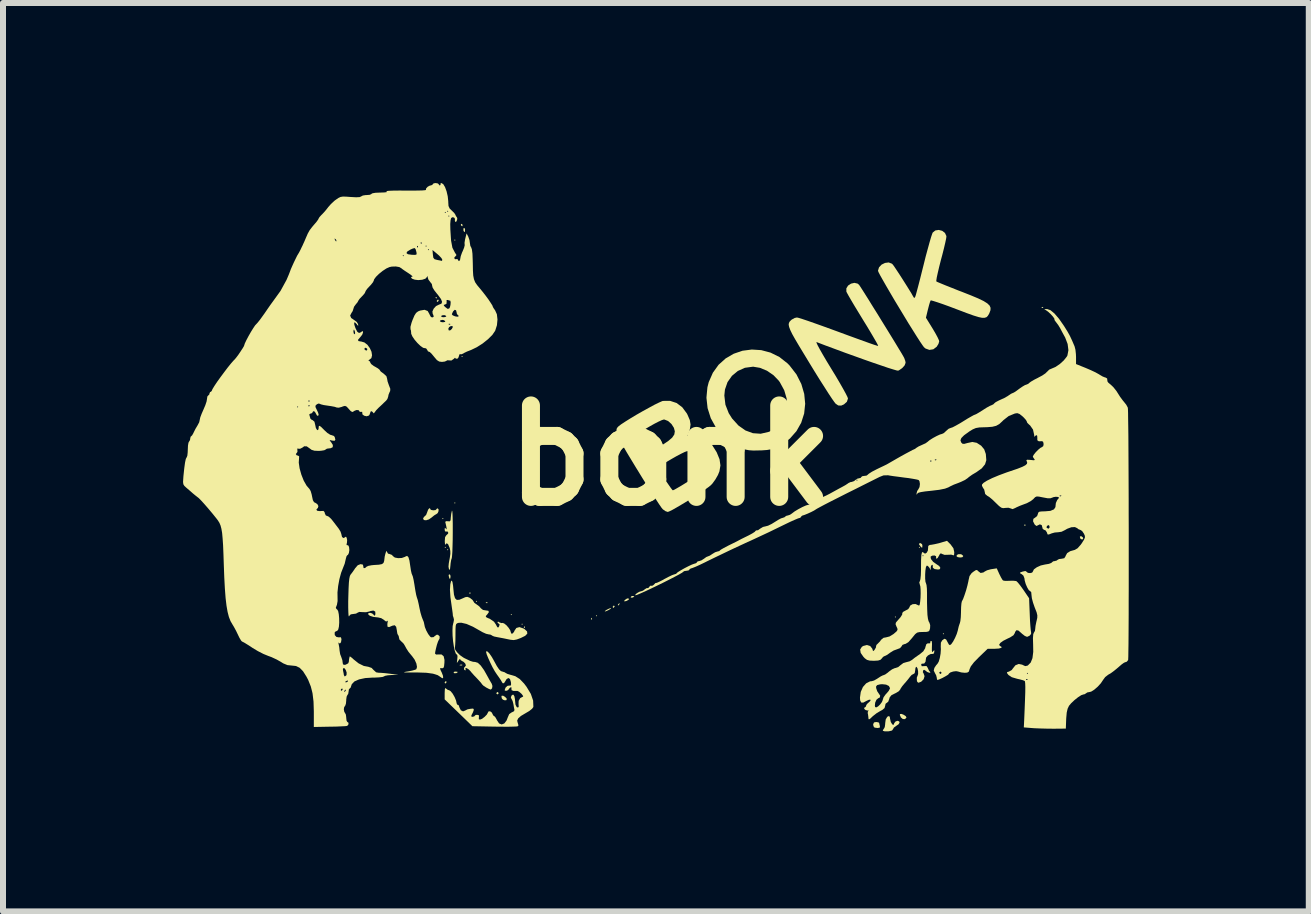
<source format=kicad_pcb>
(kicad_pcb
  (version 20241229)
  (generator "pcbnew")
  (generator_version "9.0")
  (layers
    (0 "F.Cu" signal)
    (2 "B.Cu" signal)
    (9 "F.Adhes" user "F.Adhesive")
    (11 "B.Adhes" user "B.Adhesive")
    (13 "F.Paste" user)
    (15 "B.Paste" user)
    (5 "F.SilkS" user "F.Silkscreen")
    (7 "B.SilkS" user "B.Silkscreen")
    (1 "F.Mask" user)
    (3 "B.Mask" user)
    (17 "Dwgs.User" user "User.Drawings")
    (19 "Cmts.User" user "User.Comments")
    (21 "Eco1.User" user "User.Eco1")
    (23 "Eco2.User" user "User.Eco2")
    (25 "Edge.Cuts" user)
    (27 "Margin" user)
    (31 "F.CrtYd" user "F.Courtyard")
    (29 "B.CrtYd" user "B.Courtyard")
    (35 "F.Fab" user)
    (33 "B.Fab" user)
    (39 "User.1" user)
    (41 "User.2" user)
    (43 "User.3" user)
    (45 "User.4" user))
  (footprint "bonk"
    (layer "F.Cu")
    (at 8.119 4.54)
    (property "Reference" "bonk" (at 0 0 0) (layer "F.SilkS") (effects (font (size 1.524 1.524) (thickness 0.3))))
    (attr board_only exclude_from_pos_files exclude_from_bom)
    (fp_poly (pts (xy -3.78 1.05) (xy -3.79 1.06) (xy -3.8 1.05) (xy -3.79 1.04)) (stroke (width 0) (type solid)) (fill yes) (layer "F.SilkS"))
    (fp_poly (pts (xy -3.74 1.53) (xy -3.75 1.54) (xy -3.76 1.53) (xy -3.75 1.52)) (stroke (width 0) (type solid)) (fill yes) (layer "F.SilkS"))
    (fp_poly (pts (xy -3.7 1.57) (xy -3.71 1.58) (xy -3.72 1.57) (xy -3.71 1.56)) (stroke (width 0) (type solid)) (fill yes) (layer "F.SilkS"))
    (fp_poly (pts (xy -3.58 -3.59) (xy -3.59 -3.58) (xy -3.6 -3.59) (xy -3.59 -3.6)) (stroke (width 0) (type solid)) (fill yes) (layer "F.SilkS"))
    (fp_poly (pts (xy -3.58 0.79) (xy -3.59 0.8) (xy -3.6 0.79) (xy -3.59 0.78)) (stroke (width 0) (type solid)) (fill yes) (layer "F.SilkS"))
    (fp_poly (pts (xy -3.46 -1.65) (xy -3.47 -1.64) (xy -3.48 -1.65) (xy -3.47 -1.66)) (stroke (width 0) (type solid)) (fill yes) (layer "F.SilkS"))
    (fp_poly (pts (xy -3.22 2.43) (xy -3.23 2.44) (xy -3.24 2.43) (xy -3.23 2.42)) (stroke (width 0) (type solid)) (fill yes) (layer "F.SilkS"))
    (fp_poly (pts (xy -2.64 2.65) (xy -2.65 2.66) (xy -2.66 2.65) (xy -2.65 2.64)) (stroke (width 0) (type solid)) (fill yes) (layer "F.SilkS"))
    (fp_poly (pts (xy -2.46 2.81) (xy -2.47 2.82) (xy -2.48 2.81) (xy -2.47 2.8)) (stroke (width 0) (type solid)) (fill yes) (layer "F.SilkS"))
    (fp_poly (pts (xy -1.22 2.67) (xy -1.23 2.68) (xy -1.24 2.67) (xy -1.23 2.66)) (stroke (width 0) (type solid)) (fill yes) (layer "F.SilkS"))
    (fp_poly (pts (xy 1.84 0.19) (xy 1.83 0.2) (xy 1.82 0.19) (xy 1.83 0.18)) (stroke (width 0) (type solid)) (fill yes) (layer "F.SilkS"))
    (fp_poly (pts (xy 2.14 -0.01) (xy 2.13 0) (xy 2.12 -0.01) (xy 2.13 -0.02)) (stroke (width 0) (type solid)) (fill yes) (layer "F.SilkS"))
    (fp_poly (pts (xy 3.76 2.69) (xy 3.75 2.7) (xy 3.74 2.69) (xy 3.75 2.68)) (stroke (width 0) (type solid)) (fill yes) (layer "F.SilkS"))
    (fp_poly (pts (xy 4.16 1.53) (xy 4.15 1.54) (xy 4.14 1.53) (xy 4.15 1.52)) (stroke (width 0) (type solid)) (fill yes) (layer "F.SilkS"))
    (fp_poly (pts (xy 4.56 2.97) (xy 4.55 2.98) (xy 4.54 2.97) (xy 4.55 2.96)) (stroke (width 0) (type solid)) (fill yes) (layer "F.SilkS"))
    (fp_poly (pts (xy -3.887 -2.633) (xy -3.889 -2.621) (xy -3.9 -2.62) (xy -3.916 -2.627) (xy -3.913 -2.633) (xy -3.89 -2.636)) (stroke (width 0) (type solid)) (fill yes) (layer "F.SilkS"))
    (fp_poly (pts (xy -3.465 3.488) (xy -3.471 3.497) (xy -3.492 3.498) (xy -3.513 3.494) (xy -3.504 3.486) (xy -3.472 3.484)) (stroke (width 0) (type solid)) (fill yes) (layer "F.SilkS"))
    (fp_poly (pts (xy -3.327 2.287) (xy -3.329 2.299) (xy -3.34 2.3) (xy -3.356 2.293) (xy -3.353 2.287) (xy -3.33 2.284)) (stroke (width 0) (type solid)) (fill yes) (layer "F.SilkS"))
    (fp_poly (pts (xy -3.047 2.447) (xy -3.049 2.459) (xy -3.06 2.46) (xy -3.076 2.453) (xy -3.073 2.447) (xy -3.05 2.444)) (stroke (width 0) (type solid)) (fill yes) (layer "F.SilkS"))
    (fp_poly (pts (xy -2.427 2.847) (xy -2.424 2.87) (xy -2.427 2.873) (xy -2.439 2.871) (xy -2.44 2.86) (xy -2.433 2.844)) (stroke (width 0) (type solid)) (fill yes) (layer "F.SilkS"))
    (fp_poly (pts (xy -1.307 2.707) (xy -1.304 2.73) (xy -1.307 2.733) (xy -1.319 2.731) (xy -1.32 2.72) (xy -1.313 2.704)) (stroke (width 0) (type solid)) (fill yes) (layer "F.SilkS"))
    (fp_poly (pts (xy 5.913 1.147) (xy 5.916 1.17) (xy 5.913 1.173) (xy 5.901 1.171) (xy 5.9 1.16) (xy 5.907 1.144)) (stroke (width 0) (type solid)) (fill yes) (layer "F.SilkS"))
    (fp_poly (pts (xy 6.213 -2.473) (xy 6.211 -2.461) (xy 6.2 -2.46) (xy 6.184 -2.467) (xy 6.187 -2.473) (xy 6.21 -2.476)) (stroke (width 0) (type solid)) (fill yes) (layer "F.SilkS"))
    (fp_poly (pts (xy -3.545 3.604) (xy -3.547 3.616) (xy -3.569 3.627) (xy -3.602 3.627) (xy -3.611 3.619) (xy -3.604 3.604) (xy -3.581 3.6)) (stroke (width 0) (type solid)) (fill yes) (layer "F.SilkS"))
    (fp_poly (pts (xy -3.424 -3.784) (xy -3.42 -3.761) (xy -3.424 -3.725) (xy -3.436 -3.727) (xy -3.447 -3.749) (xy -3.447 -3.782) (xy -3.439 -3.791)) (stroke (width 0) (type solid)) (fill yes) (layer "F.SilkS"))
    (fp_poly (pts (xy -3.86 -2.585) (xy -3.86 -2.58) (xy -3.875 -2.561) (xy -3.881 -2.56) (xy -3.893 -2.572) (xy -3.89 -2.58) (xy -3.872 -2.599) (xy -3.869 -2.6)) (stroke (width 0) (type solid)) (fill yes) (layer "F.SilkS"))
    (fp_poly (pts (xy -3.727 3.772) (xy -3.73 3.78) (xy -3.748 3.799) (xy -3.751 3.8) (xy -3.76 3.785) (xy -3.76 3.78) (xy -3.745 3.761) (xy -3.739 3.76)) (stroke (width 0) (type solid)) (fill yes) (layer "F.SilkS"))
    (fp_poly (pts (xy -3.662 2.007) (xy -3.664 2.033) (xy -3.671 2.059) (xy -3.68 2.047) (xy -3.686 2.032) (xy -3.694 1.997) (xy -3.69 1.984) (xy -3.672 1.981)) (stroke (width 0) (type solid)) (fill yes) (layer "F.SilkS"))
    (fp_poly (pts (xy -3.461 -3.845) (xy -3.46 -3.84) (xy -3.467 -3.821) (xy -3.469 -3.82) (xy -3.486 -3.834) (xy -3.49 -3.84) (xy -3.488 -3.858) (xy -3.481 -3.86)) (stroke (width 0) (type solid)) (fill yes) (layer "F.SilkS"))
    (fp_poly (pts (xy -2.861 3.955) (xy -2.86 3.96) (xy -2.875 3.979) (xy -2.88 3.98) (xy -2.899 3.965) (xy -2.9 3.96) (xy -2.885 3.941) (xy -2.88 3.94)) (stroke (width 0) (type solid)) (fill yes) (layer "F.SilkS"))
    (fp_poly (pts (xy -0.927 2.512) (xy -0.93 2.52) (xy -0.948 2.539) (xy -0.951 2.54) (xy -0.96 2.525) (xy -0.96 2.52) (xy -0.945 2.501) (xy -0.939 2.5)) (stroke (width 0) (type solid)) (fill yes) (layer "F.SilkS"))
    (fp_poly (pts (xy -0.846 2.473) (xy -0.85 2.48) (xy -0.869 2.499) (xy -0.872 2.5) (xy -0.874 2.487) (xy -0.87 2.48) (xy -0.851 2.461) (xy -0.848 2.46)) (stroke (width 0) (type solid)) (fill yes) (layer "F.SilkS"))
    (fp_poly (pts (xy -0.603 2.344) (xy -0.6 2.348) (xy -0.616 2.361) (xy -0.63 2.367) (xy -0.656 2.368) (xy -0.66 2.359) (xy -0.644 2.342) (xy -0.63 2.34)) (stroke (width 0) (type solid)) (fill yes) (layer "F.SilkS"))
    (fp_poly (pts (xy 4.194 1.477) (xy 4.2 1.5) (xy 4.198 1.533) (xy 4.185 1.532) (xy 4.165 1.51) (xy 4.142 1.476) (xy 4.152 1.462) (xy 4.17 1.46)) (stroke (width 0) (type solid)) (fill yes) (layer "F.SilkS"))
    (fp_poly (pts (xy 6.874 1.364) (xy 6.88 1.381) (xy 6.867 1.399) (xy 6.842 1.393) (xy 6.829 1.379) (xy 6.824 1.352) (xy 6.827 1.347) (xy 6.85 1.345)) (stroke (width 0) (type solid)) (fill yes) (layer "F.SilkS"))
    (fp_poly (pts (xy -0.687 2.388) (xy -0.696 2.404) (xy -0.728 2.422) (xy -0.741 2.426) (xy -0.769 2.43) (xy -0.764 2.415) (xy -0.759 2.408) (xy -0.724 2.384) (xy -0.706 2.38)) (stroke (width 0) (type solid)) (fill yes) (layer "F.SilkS"))
    (fp_poly (pts (xy -2.753 4.022) (xy -2.727 4.05) (xy -2.725 4.056) (xy -2.731 4.076) (xy -2.757 4.079) (xy -2.788 4.069) (xy -2.808 4.047) (xy -2.814 4.013) (xy -2.81 4.003) (xy -2.786 4.002)) (stroke (width 0) (type solid)) (fill yes) (layer "F.SilkS"))
    (fp_poly (pts (xy -0.99 2.55) (xy -1.019 2.569) (xy -1.02 2.57) (xy -1.063 2.591) (xy -1.09 2.599) (xy -1.09 2.59) (xy -1.061 2.571) (xy -1.06 2.57) (xy -1.017 2.549) (xy -0.99 2.541)) (stroke (width 0) (type solid)) (fill yes) (layer "F.SilkS"))
    (fp_poly (pts (xy 4.85 1.647) (xy 4.877 1.668) (xy 4.88 1.679) (xy 4.864 1.695) (xy 4.827 1.699) (xy 4.789 1.693) (xy 4.77 1.68) (xy 4.773 1.658) (xy 4.801 1.644) (xy 4.84 1.644)) (stroke (width 0) (type solid)) (fill yes) (layer "F.SilkS"))
    (fp_poly (pts (xy 3.889 4.32) (xy 3.922 4.342) (xy 3.935 4.364) (xy 3.935 4.365) (xy 3.91 4.392) (xy 3.874 4.391) (xy 3.841 4.363) (xy 3.84 4.359) (xy 3.825 4.324) (xy 3.826 4.308) (xy 3.851 4.305)) (stroke (width 0) (type solid)) (fill yes) (layer "F.SilkS"))
    (fp_poly (pts (xy 3.468 4.446) (xy 3.48 4.458) (xy 3.487 4.492) (xy 3.492 4.508) (xy 3.491 4.533) (xy 3.458 4.54) (xy 3.455 4.54) (xy 3.413 4.535) (xy 3.393 4.527) (xy 3.382 4.497) (xy 3.38 4.477) (xy 3.394 4.447) (xy 3.43 4.44)) (stroke (width 0) (type solid)) (fill yes) (layer "F.SilkS"))
    (fp_poly (pts (xy -4.003 0.88) (xy -4 0.895) (xy -3.983 0.907) (xy -3.95 0.913) (xy -3.912 0.909) (xy -3.9 0.898) (xy -3.885 0.881) (xy -3.88 0.88) (xy -3.862 0.894) (xy -3.862 0.926) (xy -3.876 0.959) (xy -3.895 0.974) (xy -3.934 0.997) (xy -3.978 1.033) (xy -4.022 1.064) (xy -4.069 1.079) (xy -4.105 1.075) (xy -4.12 1.052) (xy -4.104 1.021) (xy -4.092 1.013) (xy -4.068 0.988) (xy -4.05 0.941) (xy -4.05 0.941) (xy -4.036 0.903) (xy -4.017 0.879)) (stroke (width 0) (type solid)) (fill yes) (layer "F.SilkS"))
    (fp_poly (pts (xy 3.657 4.357) (xy 3.661 4.385) (xy 3.673 4.438) (xy 3.689 4.466) (xy 3.711 4.491) (xy 3.723 4.481) (xy 3.73 4.461) (xy 3.752 4.432) (xy 3.785 4.42) (xy 3.812 4.429) (xy 3.82 4.449) (xy 3.804 4.477) (xy 3.765 4.504) (xy 3.726 4.532) (xy 3.71 4.56) (xy 3.694 4.582) (xy 3.644 4.594) (xy 3.625 4.596) (xy 3.573 4.596) (xy 3.543 4.587) (xy 3.54 4.582) (xy 3.555 4.554) (xy 3.56 4.55) (xy 3.573 4.524) (xy 3.58 4.474) (xy 3.58 4.463) (xy 3.589 4.397) (xy 3.615 4.353) (xy 3.644 4.34)) (stroke (width 0) (type solid)) (fill yes) (layer "F.SilkS"))
    (fp_poly (pts (xy -3.634 0.922) (xy -3.63 0.961) (xy -3.627 1.032) (xy -3.625 1.132) (xy -3.625 1.258) (xy -3.625 1.28) (xy -3.626 1.405) (xy -3.629 1.516) (xy -3.632 1.608) (xy -3.637 1.674) (xy -3.641 1.708) (xy -3.642 1.711) (xy -3.652 1.741) (xy -3.661 1.796) (xy -3.664 1.831) (xy -3.67 1.887) (xy -3.679 1.906) (xy -3.688 1.895) (xy -3.696 1.851) (xy -3.691 1.795) (xy -3.691 1.795) (xy -3.674 1.702) (xy -3.665 1.637) (xy -3.666 1.589) (xy -3.675 1.546) (xy -3.68 1.531) (xy -3.703 1.478) (xy -3.726 1.461) (xy -3.746 1.483) (xy -3.747 1.485) (xy -3.753 1.483) (xy -3.757 1.449) (xy -3.758 1.424) (xy -3.753 1.36) (xy -3.733 1.329) (xy -3.73 1.327) (xy -3.703 1.301) (xy -3.7 1.286) (xy -3.713 1.265) (xy -3.73 1.267) (xy -3.754 1.264) (xy -3.76 1.234) (xy -3.757 1.205) (xy -3.744 1.213) (xy -3.739 1.22) (xy -3.727 1.232) (xy -3.728 1.209) (xy -3.731 1.19) (xy -3.742 1.14) (xy -3.75 1.108) (xy -3.739 1.094) (xy -3.708 1.095) (xy -3.675 1.097) (xy -3.661 1.077) (xy -3.658 1.037) (xy -3.651 0.973) (xy -3.639 0.92)) (stroke (width 0) (type solid)) (fill yes) (layer "F.SilkS"))
    (fp_poly (pts (xy 1.515 -1.756) (xy 1.669 -1.715) (xy 1.817 -1.642) (xy 1.953 -1.535) (xy 1.987 -1.5) (xy 2.102 -1.351) (xy 2.183 -1.191) (xy 2.231 -1.027) (xy 2.247 -0.862) (xy 2.23 -0.7) (xy 2.181 -0.547) (xy 2.102 -0.407) (xy 1.993 -0.283) (xy 1.853 -0.182) (xy 1.803 -0.155) (xy 1.734 -0.123) (xy 1.674 -0.103) (xy 1.61 -0.092) (xy 1.526 -0.086) (xy 1.481 -0.085) (xy 1.383 -0.083) (xy 1.312 -0.088) (xy 1.253 -0.099) (xy 1.193 -0.12) (xy 1.175 -0.128) (xy 1.011 -0.216) (xy 0.872 -0.331) (xy 0.759 -0.468) (xy 0.674 -0.622) (xy 0.621 -0.789) (xy 0.602 -0.962) (xy 0.605 -0.999) (xy 0.9 -0.999) (xy 0.918 -0.847) (xy 0.973 -0.706) (xy 1.029 -0.617) (xy 1.135 -0.5) (xy 1.251 -0.418) (xy 1.376 -0.372) (xy 1.505 -0.363) (xy 1.636 -0.393) (xy 1.671 -0.407) (xy 1.784 -0.48) (xy 1.868 -0.576) (xy 1.922 -0.69) (xy 1.946 -0.816) (xy 1.938 -0.95) (xy 1.898 -1.087) (xy 1.825 -1.221) (xy 1.804 -1.25) (xy 1.717 -1.34) (xy 1.61 -1.413) (xy 1.494 -1.461) (xy 1.381 -1.48) (xy 1.378 -1.48) (xy 1.243 -1.462) (xy 1.125 -1.409) (xy 1.027 -1.328) (xy 0.953 -1.223) (xy 0.91 -1.099) (xy 0.9 -0.999) (xy 0.605 -0.999) (xy 0.618 -1.137) (xy 0.64 -1.223) (xy 0.709 -1.38) (xy 0.804 -1.512) (xy 0.922 -1.618) (xy 1.056 -1.696) (xy 1.203 -1.746) (xy 1.358 -1.766)) (stroke (width 0) (type solid)) (fill yes) (layer "F.SilkS"))
    (fp_poly (pts (xy 3.12 -2.865) (xy 3.144 -2.845) (xy 3.161 -2.821) (xy 3.195 -2.768) (xy 3.244 -2.691) (xy 3.305 -2.594) (xy 3.374 -2.482) (xy 3.45 -2.361) (xy 3.528 -2.234) (xy 3.606 -2.108) (xy 3.681 -1.986) (xy 3.749 -1.875) (xy 3.808 -1.777) (xy 3.855 -1.7) (xy 3.886 -1.646) (xy 3.897 -1.626) (xy 3.915 -1.576) (xy 3.92 -1.545) (xy 3.904 -1.502) (xy 3.864 -1.457) (xy 3.812 -1.421) (xy 3.795 -1.414) (xy 3.77 -1.418) (xy 3.712 -1.435) (xy 3.625 -1.462) (xy 3.514 -1.5) (xy 3.382 -1.545) (xy 3.236 -1.596) (xy 3.078 -1.653) (xy 2.913 -1.712) (xy 2.746 -1.774) (xy 2.581 -1.835) (xy 2.435 -1.891) (xy 2.436 -1.878) (xy 2.455 -1.836) (xy 2.492 -1.767) (xy 2.544 -1.676) (xy 2.608 -1.567) (xy 2.68 -1.449) (xy 2.755 -1.326) (xy 2.822 -1.212) (xy 2.879 -1.112) (xy 2.923 -1.032) (xy 2.951 -0.976) (xy 2.96 -0.95) (xy 2.942 -0.896) (xy 2.893 -0.852) (xy 2.847 -0.832) (xy 2.798 -0.834) (xy 2.754 -0.864) (xy 2.732 -0.892) (xy 2.692 -0.949) (xy 2.637 -1.032) (xy 2.57 -1.137) (xy 2.492 -1.259) (xy 2.408 -1.394) (xy 2.331 -1.52) (xy 2.229 -1.688) (xy 2.146 -1.825) (xy 2.081 -1.935) (xy 2.032 -2.022) (xy 1.999 -2.09) (xy 1.98 -2.141) (xy 1.972 -2.179) (xy 1.976 -2.208) (xy 1.988 -2.231) (xy 2.009 -2.253) (xy 2.023 -2.265) (xy 2.072 -2.292) (xy 2.11 -2.3) (xy 2.14 -2.293) (xy 2.201 -2.274) (xy 2.291 -2.244) (xy 2.405 -2.204) (xy 2.537 -2.157) (xy 2.683 -2.104) (xy 2.803 -2.06) (xy 2.955 -2.004) (xy 3.095 -1.953) (xy 3.219 -1.908) (xy 3.322 -1.871) (xy 3.4 -1.844) (xy 3.449 -1.829) (xy 3.463 -1.825) (xy 3.457 -1.843) (xy 3.432 -1.89) (xy 3.391 -1.961) (xy 3.337 -2.053) (xy 3.272 -2.161) (xy 3.211 -2.26) (xy 3.138 -2.38) (xy 3.071 -2.49) (xy 3.014 -2.586) (xy 2.97 -2.662) (xy 2.942 -2.713) (xy 2.933 -2.732) (xy 2.933 -2.786) (xy 2.962 -2.832) (xy 3.011 -2.864) (xy 3.067 -2.877)) (stroke (width 0) (type solid)) (fill yes) (layer "F.SilkS"))
    (fp_poly (pts (xy 4.53 -3.744) (xy 4.576 -3.709) (xy 4.599 -3.659) (xy 4.6 -3.647) (xy 4.595 -3.612) (xy 4.581 -3.546) (xy 4.56 -3.456) (xy 4.533 -3.349) (xy 4.508 -3.256) (xy 4.48 -3.145) (xy 4.457 -3.047) (xy 4.44 -2.97) (xy 4.432 -2.918) (xy 4.433 -2.9) (xy 4.456 -2.889) (xy 4.511 -2.866) (xy 4.591 -2.833) (xy 4.692 -2.793) (xy 4.807 -2.747) (xy 4.85 -2.731) (xy 5.007 -2.669) (xy 5.129 -2.618) (xy 5.22 -2.574) (xy 5.282 -2.535) (xy 5.32 -2.498) (xy 5.336 -2.461) (xy 5.334 -2.421) (xy 5.317 -2.375) (xy 5.31 -2.359) (xy 5.29 -2.327) (xy 5.268 -2.305) (xy 5.237 -2.295) (xy 5.193 -2.295) (xy 5.131 -2.308) (xy 5.048 -2.334) (xy 4.937 -2.374) (xy 4.795 -2.428) (xy 4.768 -2.438) (xy 4.647 -2.484) (xy 4.539 -2.523) (xy 4.448 -2.554) (xy 4.382 -2.575) (xy 4.344 -2.585) (xy 4.338 -2.584) (xy 4.327 -2.559) (xy 4.311 -2.506) (xy 4.293 -2.436) (xy 4.292 -2.433) (xy 4.259 -2.296) (xy 4.369 -2.118) (xy 4.415 -2.04) (xy 4.452 -1.972) (xy 4.475 -1.922) (xy 4.48 -1.902) (xy 4.468 -1.861) (xy 4.439 -1.814) (xy 4.439 -1.813) (xy 4.382 -1.77) (xy 4.316 -1.76) (xy 4.252 -1.783) (xy 4.226 -1.805) (xy 4.201 -1.839) (xy 4.159 -1.901) (xy 4.105 -1.985) (xy 4.04 -2.089) (xy 3.967 -2.205) (xy 3.891 -2.331) (xy 3.813 -2.46) (xy 3.735 -2.589) (xy 3.663 -2.712) (xy 3.597 -2.825) (xy 3.541 -2.923) (xy 3.497 -3.001) (xy 3.469 -3.055) (xy 3.46 -3.079) (xy 3.477 -3.135) (xy 3.52 -3.181) (xy 3.577 -3.209) (xy 3.638 -3.217) (xy 3.691 -3.197) (xy 3.704 -3.185) (xy 3.727 -3.155) (xy 3.765 -3.098) (xy 3.814 -3.024) (xy 3.868 -2.94) (xy 3.923 -2.853) (xy 3.973 -2.773) (xy 4.014 -2.707) (xy 4.038 -2.664) (xy 4.059 -2.629) (xy 4.071 -2.628) (xy 4.083 -2.651) (xy 4.092 -2.68) (xy 4.109 -2.743) (xy 4.133 -2.833) (xy 4.162 -2.945) (xy 4.194 -3.073) (xy 4.221 -3.18) (xy 4.255 -3.317) (xy 4.289 -3.442) (xy 4.319 -3.551) (xy 4.344 -3.637) (xy 4.363 -3.694) (xy 4.372 -3.715) (xy 4.415 -3.75) (xy 4.472 -3.759)) (stroke (width 0) (type solid)) (fill yes) (layer "F.SilkS"))
    (fp_poly (pts (xy 0.105 -0.875) (xy 0.199 -0.804) (xy 0.276 -0.7) (xy 0.287 -0.678) (xy 0.325 -0.59) (xy 0.337 -0.516) (xy 0.326 -0.44) (xy 0.312 -0.397) (xy 0.286 -0.325) (xy 0.378 -0.325) (xy 0.502 -0.308) (xy 0.607 -0.259) (xy 0.697 -0.174) (xy 0.772 -0.055) (xy 0.82 0.062) (xy 0.835 0.165) (xy 0.818 0.264) (xy 0.793 0.325) (xy 0.752 0.397) (xy 0.703 0.465) (xy 0.676 0.494) (xy 0.636 0.526) (xy 0.572 0.572) (xy 0.49 0.627) (xy 0.396 0.688) (xy 0.298 0.75) (xy 0.201 0.809) (xy 0.111 0.862) (xy 0.037 0.904) (xy -0.018 0.931) (xy -0.043 0.94) (xy -0.081 0.927) (xy -0.125 0.896) (xy -0.126 0.895) (xy -0.148 0.868) (xy -0.188 0.81) (xy -0.242 0.727) (xy -0.31 0.623) (xy -0.386 0.502) (xy -0.47 0.368) (xy -0.537 0.258) (xy -0.57 0.205) (xy -0.2 0.205) (xy -0.19 0.23) (xy -0.163 0.278) (xy -0.125 0.341) (xy -0.081 0.411) (xy -0.036 0.477) (xy 0.003 0.533) (xy 0.031 0.57) (xy 0.042 0.58) (xy 0.066 0.57) (xy 0.115 0.542) (xy 0.184 0.502) (xy 0.265 0.452) (xy 0.267 0.451) (xy 0.364 0.387) (xy 0.438 0.331) (xy 0.484 0.287) (xy 0.497 0.27) (xy 0.516 0.188) (xy 0.507 0.105) (xy 0.473 0.03) (xy 0.421 -0.031) (xy 0.355 -0.067) (xy 0.28 -0.073) (xy 0.275 -0.072) (xy 0.238 -0.058) (xy 0.178 -0.029) (xy 0.104 0.01) (xy 0.025 0.055) (xy -0.053 0.101) (xy -0.122 0.144) (xy -0.173 0.179) (xy -0.198 0.201) (xy -0.2 0.205) (xy -0.57 0.205) (xy -0.641 0.088) (xy -0.725 -0.051) (xy -0.79 -0.164) (xy -0.838 -0.253) (xy -0.872 -0.322) (xy -0.883 -0.352) (xy -0.54 -0.352) (xy -0.53 -0.321) (xy -0.503 -0.271) (xy -0.465 -0.211) (xy -0.424 -0.151) (xy -0.384 -0.098) (xy -0.351 -0.063) (xy -0.333 -0.053) (xy -0.307 -0.069) (xy -0.255 -0.101) (xy -0.187 -0.143) (xy -0.138 -0.173) (xy -0.037 -0.24) (xy 0.03 -0.297) (xy 0.066 -0.35) (xy 0.075 -0.403) (xy 0.06 -0.461) (xy 0.019 -0.525) (xy -0.037 -0.575) (xy -0.097 -0.599) (xy -0.109 -0.6) (xy -0.141 -0.59) (xy -0.196 -0.565) (xy -0.266 -0.529) (xy -0.342 -0.486) (xy -0.416 -0.443) (xy -0.479 -0.402) (xy -0.523 -0.37) (xy -0.54 -0.352) (xy -0.883 -0.352) (xy -0.891 -0.374) (xy -0.898 -0.414) (xy -0.895 -0.444) (xy -0.882 -0.467) (xy -0.865 -0.485) (xy -0.821 -0.519) (xy -0.751 -0.565) (xy -0.663 -0.62) (xy -0.563 -0.68) (xy -0.458 -0.74) (xy -0.356 -0.796) (xy -0.264 -0.846) (xy -0.188 -0.883) (xy -0.136 -0.906) (xy -0.122 -0.91) (xy -0.004 -0.911)) (stroke (width 0) (type solid)) (fill yes) (layer "F.SilkS"))
    (fp_poly (pts (xy 5.482 1.975) (xy 5.51 2.031) (xy 5.534 2.071) (xy 5.544 2.082) (xy 5.574 2.088) (xy 5.628 2.088) (xy 5.653 2.087) (xy 5.713 2.086) (xy 5.759 2.091) (xy 5.769 2.095) (xy 5.792 2.118) (xy 5.83 2.165) (xy 5.875 2.227) (xy 5.887 2.244) (xy 5.978 2.378) (xy 5.989 2.65) (xy 5.993 2.751) (xy 5.999 2.838) (xy 6.005 2.904) (xy 6.01 2.939) (xy 6.011 2.942) (xy 6.011 2.973) (xy 5.985 3.003) (xy 5.948 3.02) (xy 5.941 3.02) (xy 5.907 3.006) (xy 5.863 2.972) (xy 5.85 2.96) (xy 5.801 2.917) (xy 5.768 2.91) (xy 5.746 2.938) (xy 5.74 2.958) (xy 5.717 2.995) (xy 5.661 3.031) (xy 5.62 3.05) (xy 5.549 3.086) (xy 5.5 3.121) (xy 5.479 3.151) (xy 5.49 3.172) (xy 5.495 3.174) (xy 5.522 3.191) (xy 5.513 3.205) (xy 5.473 3.216) (xy 5.406 3.22) (xy 5.404 3.22) (xy 5.288 3.22) (xy 5.144 3.358) (xy 5.059 3.445) (xy 5.007 3.513) (xy 4.987 3.558) (xy 4.974 3.6) (xy 4.947 3.617) (xy 4.906 3.62) (xy 4.848 3.614) (xy 4.801 3.601) (xy 4.801 3.6) (xy 4.762 3.593) (xy 4.713 3.599) (xy 4.667 3.614) (xy 4.641 3.634) (xy 4.64 3.64) (xy 4.624 3.655) (xy 4.584 3.679) (xy 4.534 3.706) (xy 4.486 3.728) (xy 4.453 3.74) (xy 4.45 3.74) (xy 4.442 3.723) (xy 4.44 3.704) (xy 4.429 3.661) (xy 4.409 3.625) (xy 4.407 3.62) (xy 4.48 3.62) (xy 4.495 3.639) (xy 4.5 3.64) (xy 4.519 3.625) (xy 4.52 3.62) (xy 4.505 3.601) (xy 4.5 3.6) (xy 4.481 3.615) (xy 4.48 3.62) (xy 4.407 3.62) (xy 4.389 3.583) (xy 4.399 3.542) (xy 4.402 3.535) (xy 4.431 3.492) (xy 4.451 3.47) (xy 4.472 3.435) (xy 4.49 3.374) (xy 4.503 3.301) (xy 4.508 3.229) (xy 4.506 3.184) (xy 4.508 3.118) (xy 4.53 3.08) (xy 4.566 3.053) (xy 4.595 3.064) (xy 4.621 3.112) (xy 4.641 3.148) (xy 4.658 3.16) (xy 4.681 3.143) (xy 4.712 3.099) (xy 4.744 3.039) (xy 4.772 2.974) (xy 4.79 2.915) (xy 4.791 2.909) (xy 4.805 2.849) (xy 4.821 2.8) (xy 4.824 2.794) (xy 4.833 2.757) (xy 4.84 2.693) (xy 4.843 2.615) (xy 4.843 2.604) (xy 4.845 2.528) (xy 4.85 2.467) (xy 4.857 2.432) (xy 4.858 2.43) (xy 4.878 2.391) (xy 4.902 2.326) (xy 4.928 2.247) (xy 4.95 2.166) (xy 4.966 2.096) (xy 4.969 2.078) (xy 4.985 2.009) (xy 5.018 1.962) (xy 5.044 1.94) (xy 5.086 1.912) (xy 5.109 1.907) (xy 5.128 1.924) (xy 5.13 1.927) (xy 5.17 1.957) (xy 5.217 1.948) (xy 5.238 1.933) (xy 5.278 1.912) (xy 5.337 1.896) (xy 5.354 1.893) (xy 5.439 1.88)) (stroke (width 0) (type solid)) (fill yes) (layer "F.SilkS"))
    (fp_poly (pts (xy -3.047 3.265) (xy -3.014 3.299) (xy -2.974 3.357) (xy -2.939 3.419) (xy -2.891 3.507) (xy -2.854 3.562) (xy -2.823 3.592) (xy -2.797 3.6) (xy -2.757 3.613) (xy -2.747 3.621) (xy -2.713 3.639) (xy -2.669 3.652) (xy -2.583 3.677) (xy -2.509 3.724) (xy -2.437 3.799) (xy -2.396 3.853) (xy -2.324 3.972) (xy -2.286 4.083) (xy -2.282 4.182) (xy -2.283 4.191) (xy -2.303 4.219) (xy -2.349 4.256) (xy -2.408 4.291) (xy -2.489 4.339) (xy -2.535 4.38) (xy -2.552 4.417) (xy -2.542 4.457) (xy -2.541 4.459) (xy -2.53 4.496) (xy -2.541 4.511) (xy -2.567 4.515) (xy -2.626 4.517) (xy -2.712 4.519) (xy -2.818 4.518) (xy -2.93 4.517) (xy -3.298 4.51) (xy -3.529 4.286) (xy -3.76 4.063) (xy -3.76 3.956) (xy -3.757 3.896) (xy -3.75 3.873) (xy -3.741 3.88) (xy -3.706 3.906) (xy -3.687 3.91) (xy -3.66 3.927) (xy -3.626 3.969) (xy -3.594 4.025) (xy -3.57 4.083) (xy -3.561 4.126) (xy -3.552 4.151) (xy -3.542 4.152) (xy -3.527 4.161) (xy -3.513 4.198) (xy -3.513 4.2) (xy -3.49 4.245) (xy -3.454 4.263) (xy -3.415 4.248) (xy -3.413 4.246) (xy -3.381 4.23) (xy -3.374 4.228) (xy -3.335 4.221) (xy -3.33 4.22) (xy -3.286 4.216) (xy -3.273 4.235) (xy -3.289 4.279) (xy -3.313 4.326) (xy -3.317 4.347) (xy -3.303 4.353) (xy -3.29 4.353) (xy -3.263 4.344) (xy -3.26 4.337) (xy -3.243 4.323) (xy -3.219 4.32) (xy -3.189 4.328) (xy -3.189 4.358) (xy -3.19 4.36) (xy -3.191 4.393) (xy -3.172 4.4) (xy -3.137 4.387) (xy -3.094 4.354) (xy -3.057 4.316) (xy -3.04 4.284) (xy -3.04 4.283) (xy -3.027 4.262) (xy -3 4.263) (xy -2.974 4.283) (xy -2.966 4.3) (xy -2.95 4.332) (xy -2.937 4.34) (xy -2.918 4.357) (xy -2.894 4.398) (xy -2.889 4.41) (xy -2.853 4.464) (xy -2.81 4.481) (xy -2.766 4.464) (xy -2.728 4.414) (xy -2.71 4.367) (xy -2.685 4.309) (xy -2.646 4.281) (xy -2.64 4.279) (xy -2.604 4.26) (xy -2.597 4.238) (xy -2.605 4.2) (xy -2.614 4.145) (xy -2.615 4.14) (xy -2.628 4.09) (xy -2.644 4.059) (xy -2.646 4.057) (xy -2.657 4.032) (xy -2.647 4.001) (xy -2.624 3.984) (xy -2.615 3.985) (xy -2.599 4.009) (xy -2.589 4.058) (xy -2.588 4.073) (xy -2.58 4.151) (xy -2.559 4.192) (xy -2.537 4.2) (xy -2.526 4.183) (xy -2.529 4.142) (xy -2.527 4.087) (xy -2.501 4.042) (xy -2.461 4.02) (xy -2.455 4.02) (xy -2.452 4.008) (xy -2.473 3.978) (xy -2.48 3.97) (xy -2.518 3.937) (xy -2.547 3.922) (xy -2.549 3.922) (xy -2.612 3.923) (xy -2.645 3.91) (xy -2.647 3.89) (xy -2.647 3.864) (xy -2.656 3.86) (xy -2.68 3.876) (xy -2.687 3.89) (xy -2.708 3.911) (xy -2.737 3.921) (xy -2.758 3.915) (xy -2.76 3.909) (xy -2.746 3.868) (xy -2.714 3.838) (xy -2.684 3.833) (xy -2.66 3.834) (xy -2.653 3.812) (xy -2.656 3.775) (xy -2.672 3.723) (xy -2.699 3.707) (xy -2.73 3.727) (xy -2.745 3.753) (xy -2.771 3.793) (xy -2.793 3.794) (xy -2.806 3.774) (xy -2.822 3.745) (xy -2.856 3.695) (xy -2.891 3.646) (xy -2.926 3.593) (xy -2.964 3.525) (xy -3.001 3.449) (xy -3.034 3.376) (xy -3.059 3.315) (xy -3.07 3.274) (xy -3.068 3.262)) (stroke (width 0) (type solid)) (fill yes) (layer "F.SilkS"))
    (fp_poly (pts (xy -3.63 2.108) (xy -3.62 2.168) (xy -3.615 2.222) (xy -3.605 2.318) (xy -3.587 2.378) (xy -3.559 2.405) (xy -3.517 2.404) (xy -3.467 2.383) (xy -3.416 2.36) (xy -3.382 2.355) (xy -3.35 2.367) (xy -3.334 2.376) (xy -3.296 2.406) (xy -3.28 2.431) (xy -3.28 2.431) (xy -3.264 2.456) (xy -3.228 2.481) (xy -3.184 2.513) (xy -3.158 2.544) (xy -3.121 2.573) (xy -3.079 2.58) (xy -3.032 2.587) (xy -3.023 2.609) (xy -3.05 2.647) (xy -3.05 2.647) (xy -3.073 2.673) (xy -3.073 2.69) (xy -3.043 2.707) (xy -3.009 2.72) (xy -2.938 2.769) (xy -2.906 2.816) (xy -2.884 2.858) (xy -2.869 2.867) (xy -2.854 2.848) (xy -2.854 2.848) (xy -2.844 2.815) (xy -2.857 2.804) (xy -2.879 2.783) (xy -2.88 2.776) (xy -2.869 2.767) (xy -2.853 2.778) (xy -2.814 2.792) (xy -2.796 2.789) (xy -2.769 2.798) (xy -2.731 2.828) (xy -2.694 2.871) (xy -2.667 2.913) (xy -2.66 2.937) (xy -2.65 2.967) (xy -2.628 2.966) (xy -2.604 2.938) (xy -2.598 2.921) (xy -2.565 2.873) (xy -2.514 2.859) (xy -2.449 2.881) (xy -2.429 2.892) (xy -2.387 2.931) (xy -2.383 2.968) (xy -2.418 3.004) (xy -2.491 3.04) (xy -2.558 3.065) (xy -2.609 3.075) (xy -2.661 3.07) (xy -2.706 3.061) (xy -2.783 3.045) (xy -2.858 3.031) (xy -2.885 3.026) (xy -2.937 3.015) (xy -2.969 3.001) (xy -2.971 2.998) (xy -2.998 2.984) (xy -3.027 2.98) (xy -3.07 2.97) (xy -3.128 2.944) (xy -3.161 2.925) (xy -3.288 2.853) (xy -3.396 2.806) (xy -3.482 2.786) (xy -3.53 2.788) (xy -3.553 2.796) (xy -3.568 2.809) (xy -3.576 2.837) (xy -3.579 2.888) (xy -3.58 2.968) (xy -3.58 2.989) (xy -3.581 3.074) (xy -3.584 3.145) (xy -3.588 3.193) (xy -3.59 3.204) (xy -3.584 3.236) (xy -3.552 3.279) (xy -3.505 3.326) (xy -3.45 3.365) (xy -3.427 3.378) (xy -3.374 3.403) (xy -3.335 3.422) (xy -3.287 3.437) (xy -3.251 3.44) (xy -3.207 3.454) (xy -3.159 3.499) (xy -3.104 3.576) (xy -3.051 3.67) (xy -3.017 3.732) (xy -2.988 3.782) (xy -2.976 3.802) (xy -2.964 3.84) (xy -2.97 3.878) (xy -2.989 3.899) (xy -2.994 3.899) (xy -3.021 3.89) (xy -3.065 3.867) (xy -3.07 3.864) (xy -3.113 3.836) (xy -3.137 3.812) (xy -3.138 3.81) (xy -3.156 3.785) (xy -3.193 3.744) (xy -3.218 3.717) (xy -3.27 3.663) (xy -3.316 3.611) (xy -3.33 3.593) (xy -3.36 3.563) (xy -3.391 3.544) (xy -3.412 3.539) (xy -3.414 3.553) (xy -3.41 3.56) (xy -3.412 3.578) (xy -3.419 3.58) (xy -3.437 3.566) (xy -3.437 3.537) (xy -3.42 3.517) (xy -3.419 3.516) (xy -3.406 3.497) (xy -3.417 3.466) (xy -3.444 3.438) (xy -3.462 3.429) (xy -3.494 3.409) (xy -3.501 3.394) (xy -3.51 3.391) (xy -3.53 3.418) (xy -3.532 3.42) (xy -3.551 3.45) (xy -3.557 3.45) (xy -3.553 3.416) (xy -3.55 3.395) (xy -3.546 3.347) (xy -3.551 3.321) (xy -3.554 3.32) (xy -3.574 3.301) (xy -3.592 3.252) (xy -3.607 3.18) (xy -3.62 3.094) (xy -3.628 3.003) (xy -3.63 2.916) (xy -3.627 2.842) (xy -3.616 2.79) (xy -3.614 2.786) (xy -3.605 2.737) (xy -3.611 2.706) (xy -3.623 2.67) (xy -3.624 2.657) (xy -3.626 2.632) (xy -3.633 2.58) (xy -3.642 2.517) (xy -3.664 2.36) (xy -3.672 2.237) (xy -3.666 2.145) (xy -3.666 2.145) (xy -3.654 2.095) (xy -3.642 2.083)) (stroke (width 0) (type solid)) (fill yes) (layer "F.SilkS"))
    (fp_poly (pts (xy 4.669 1.48) (xy 4.717 1.546) (xy 4.731 1.61) (xy 4.728 1.655) (xy 4.717 1.665) (xy 4.714 1.662) (xy 4.683 1.652) (xy 4.633 1.653) (xy 4.628 1.654) (xy 4.568 1.655) (xy 4.531 1.641) (xy 4.506 1.629) (xy 4.487 1.648) (xy 4.477 1.668) (xy 4.455 1.706) (xy 4.436 1.72) (xy 4.426 1.708) (xy 4.429 1.701) (xy 4.428 1.678) (xy 4.401 1.665) (xy 4.362 1.669) (xy 4.337 1.684) (xy 4.339 1.711) (xy 4.347 1.731) (xy 4.381 1.773) (xy 4.432 1.809) (xy 4.435 1.811) (xy 4.48 1.841) (xy 4.499 1.871) (xy 4.49 1.894) (xy 4.462 1.9) (xy 4.404 1.892) (xy 4.374 1.87) (xy 4.373 1.848) (xy 4.372 1.824) (xy 4.362 1.82) (xy 4.345 1.837) (xy 4.339 1.865) (xy 4.339 1.91) (xy 4.314 1.866) (xy 4.289 1.838) (xy 4.27 1.836) (xy 4.258 1.863) (xy 4.25 1.917) (xy 4.246 1.983) (xy 4.246 2.05) (xy 4.251 2.104) (xy 4.26 2.129) (xy 4.269 2.159) (xy 4.275 2.217) (xy 4.277 2.289) (xy 4.277 2.291) (xy 4.277 2.445) (xy 4.28 2.564) (xy 4.284 2.654) (xy 4.292 2.717) (xy 4.303 2.76) (xy 4.318 2.787) (xy 4.318 2.788) (xy 4.33 2.826) (xy 4.328 2.877) (xy 4.318 2.914) (xy 4.3 2.932) (xy 4.264 2.939) (xy 4.21 2.94) (xy 4.151 2.942) (xy 4.112 2.951) (xy 4.079 2.977) (xy 4.039 3.026) (xy 4.028 3.04) (xy 3.969 3.107) (xy 3.921 3.138) (xy 3.908 3.14) (xy 3.868 3.155) (xy 3.855 3.177) (xy 3.828 3.209) (xy 3.781 3.227) (xy 3.721 3.249) (xy 3.661 3.286) (xy 3.656 3.29) (xy 3.612 3.322) (xy 3.578 3.339) (xy 3.573 3.34) (xy 3.545 3.355) (xy 3.525 3.38) (xy 3.501 3.404) (xy 3.462 3.416) (xy 3.396 3.42) (xy 3.389 3.42) (xy 3.321 3.417) (xy 3.277 3.405) (xy 3.24 3.378) (xy 3.219 3.356) (xy 3.172 3.289) (xy 3.163 3.232) (xy 3.191 3.188) (xy 3.214 3.173) (xy 3.276 3.157) (xy 3.33 3.174) (xy 3.365 3.218) (xy 3.368 3.227) (xy 3.377 3.257) (xy 3.391 3.252) (xy 3.408 3.23) (xy 3.427 3.195) (xy 3.428 3.177) (xy 3.435 3.155) (xy 3.455 3.136) (xy 3.494 3.096) (xy 3.512 3.07) (xy 3.553 3.037) (xy 3.593 3.03) (xy 3.652 3.015) (xy 3.718 2.975) (xy 3.725 2.969) (xy 3.769 2.931) (xy 3.786 2.905) (xy 3.782 2.877) (xy 3.77 2.854) (xy 3.753 2.811) (xy 3.759 2.783) (xy 3.776 2.762) (xy 3.834 2.696) (xy 3.863 2.651) (xy 3.865 2.626) (xy 3.877 2.606) (xy 3.915 2.585) (xy 3.919 2.583) (xy 3.961 2.561) (xy 3.98 2.537) (xy 3.98 2.536) (xy 3.997 2.5) (xy 4.037 2.477) (xy 4.084 2.474) (xy 4.099 2.48) (xy 4.133 2.496) (xy 4.146 2.5) (xy 4.156 2.482) (xy 4.163 2.435) (xy 4.169 2.37) (xy 4.171 2.299) (xy 4.17 2.232) (xy 4.166 2.181) (xy 4.16 2.16) (xy 4.148 2.115) (xy 4.158 2.092) (xy 4.167 2.061) (xy 4.174 1.998) (xy 4.177 1.912) (xy 4.177 1.856) (xy 4.178 1.736) (xy 4.182 1.67) (xy 4.2 1.67) (xy 4.21 1.68) (xy 4.22 1.67) (xy 4.21 1.66) (xy 4.2 1.67) (xy 4.182 1.67) (xy 4.183 1.655) (xy 4.194 1.612) (xy 4.211 1.609) (xy 4.221 1.622) (xy 4.245 1.635) (xy 4.271 1.62) (xy 4.291 1.585) (xy 4.295 1.543) (xy 4.298 1.506) (xy 4.322 1.49) (xy 4.35 1.487) (xy 4.405 1.477) (xy 4.476 1.461) (xy 4.51 1.451) (xy 4.61 1.421)) (stroke (width 0) (type solid)) (fill yes) (layer "F.SilkS"))
    (fp_poly (pts (xy 4.357 3.095) (xy 4.36 3.139) (xy 4.36 3.143) (xy 4.358 3.202) (xy 4.358 3.25) (xy 4.363 3.276) (xy 4.376 3.266) (xy 4.38 3.26) (xy 4.396 3.244) (xy 4.4 3.255) (xy 4.393 3.297) (xy 4.376 3.305) (xy 4.336 3.308) (xy 4.293 3.331) (xy 4.264 3.363) (xy 4.26 3.378) (xy 4.252 3.436) (xy 4.23 3.466) (xy 4.208 3.467) (xy 4.184 3.471) (xy 4.18 3.488) (xy 4.19 3.511) (xy 4.226 3.509) (xy 4.228 3.509) (xy 4.268 3.507) (xy 4.288 3.536) (xy 4.291 3.543) (xy 4.311 3.586) (xy 4.328 3.605) (xy 4.334 3.617) (xy 4.317 3.62) (xy 4.278 3.606) (xy 4.259 3.589) (xy 4.229 3.57) (xy 4.214 3.578) (xy 4.207 3.609) (xy 4.219 3.629) (xy 4.236 3.676) (xy 4.221 3.727) (xy 4.181 3.768) (xy 4.17 3.773) (xy 4.133 3.786) (xy 4.115 3.772) (xy 4.108 3.748) (xy 4.107 3.7) (xy 4.118 3.673) (xy 4.129 3.64) (xy 4.128 3.593) (xy 4.119 3.548) (xy 4.103 3.522) (xy 4.098 3.52) (xy 4.085 3.537) (xy 4.08 3.579) (xy 4.08 3.58) (xy 4.072 3.626) (xy 4.052 3.64) (xy 4.022 3.655) (xy 3.995 3.685) (xy 3.962 3.728) (xy 3.918 3.781) (xy 3.904 3.796) (xy 3.863 3.845) (xy 3.835 3.887) (xy 3.831 3.898) (xy 3.806 3.928) (xy 3.758 3.957) (xy 3.739 3.966) (xy 3.684 3.994) (xy 3.655 4.03) (xy 3.647 4.058) (xy 3.631 4.101) (xy 3.608 4.12) (xy 3.607 4.12) (xy 3.586 4.137) (xy 3.58 4.169) (xy 3.569 4.208) (xy 3.531 4.24) (xy 3.505 4.253) (xy 3.439 4.292) (xy 3.379 4.339) (xy 3.373 4.344) (xy 3.331 4.384) (xy 3.309 4.397) (xy 3.301 4.383) (xy 3.3 4.362) (xy 3.294 4.313) (xy 3.289 4.293) (xy 3.292 4.263) (xy 3.304 4.255) (xy 3.311 4.25) (xy 3.296 4.251) (xy 3.254 4.241) (xy 3.238 4.228) (xy 3.226 4.205) (xy 3.238 4.2) (xy 3.258 4.184) (xy 3.26 4.172) (xy 3.261 4.17) (xy 3.408 4.17) (xy 3.413 4.191) (xy 3.431 4.197) (xy 3.462 4.18) (xy 3.496 4.147) (xy 3.525 4.108) (xy 3.54 4.072) (xy 3.54 4.067) (xy 3.554 4.026) (xy 3.589 3.978) (xy 3.6 3.967) (xy 3.638 3.923) (xy 3.659 3.883) (xy 3.66 3.875) (xy 3.642 3.84) (xy 3.595 3.817) (xy 3.529 3.81) (xy 3.493 3.813) (xy 3.447 3.825) (xy 3.429 3.846) (xy 3.429 3.873) (xy 3.447 3.927) (xy 3.467 3.957) (xy 3.497 4.002) (xy 3.489 4.033) (xy 3.463 4.045) (xy 3.434 4.07) (xy 3.413 4.118) (xy 3.408 4.17) (xy 3.261 4.17) (xy 3.275 4.142) (xy 3.305 4.115) (xy 3.333 4.088) (xy 3.336 4.069) (xy 3.311 4.069) (xy 3.271 4.087) (xy 3.214 4.117) (xy 3.18 4.115) (xy 3.163 4.079) (xy 3.16 4.033) (xy 3.173 3.939) (xy 3.209 3.857) (xy 3.263 3.796) (xy 3.327 3.763) (xy 3.355 3.76) (xy 3.394 3.749) (xy 3.445 3.72) (xy 3.46 3.71) (xy 3.508 3.679) (xy 3.545 3.661) (xy 3.553 3.66) (xy 3.582 3.647) (xy 3.625 3.616) (xy 3.643 3.6) (xy 3.694 3.563) (xy 3.741 3.542) (xy 3.753 3.54) (xy 3.797 3.525) (xy 3.834 3.494) (xy 3.882 3.458) (xy 3.929 3.444) (xy 3.987 3.429) (xy 4.029 3.404) (xy 4.07 3.371) (xy 4.128 3.33) (xy 4.155 3.312) (xy 4.215 3.262) (xy 4.246 3.211) (xy 4.251 3.189) (xy 4.266 3.143) (xy 4.289 3.129) (xy 4.302 3.13) (xy 4.329 3.129) (xy 4.33 3.12) (xy 4.334 3.096) (xy 4.341 3.089)) (stroke (width 0) (type solid)) (fill yes) (layer "F.SilkS"))
    (fp_poly (pts (xy -4.721 1.605) (xy -4.704 1.635) (xy -4.681 1.64) (xy -4.639 1.656) (xy -4.622 1.676) (xy -4.59 1.7) (xy -4.535 1.71) (xy -4.474 1.707) (xy -4.423 1.689) (xy -4.413 1.683) (xy -4.386 1.672) (xy -4.364 1.694) (xy -4.347 1.75) (xy -4.333 1.843) (xy -4.332 1.849) (xy -4.322 1.916) (xy -4.31 1.968) (xy -4.301 1.989) (xy -4.29 2.018) (xy -4.277 2.075) (xy -4.264 2.15) (xy -4.261 2.17) (xy -4.248 2.251) (xy -4.235 2.32) (xy -4.223 2.365) (xy -4.221 2.37) (xy -4.208 2.41) (xy -4.193 2.475) (xy -4.18 2.54) (xy -4.163 2.617) (xy -4.143 2.685) (xy -4.128 2.724) (xy -4.108 2.773) (xy -4.1 2.81) (xy -4.09 2.857) (xy -4.066 2.917) (xy -4.034 2.975) (xy -4.002 3.017) (xy -3.986 3.029) (xy -3.945 3.026) (xy -3.926 3.009) (xy -3.893 2.986) (xy -3.871 2.987) (xy -3.843 3.015) (xy -3.846 3.054) (xy -3.857 3.071) (xy -3.871 3.1) (xy -3.889 3.153) (xy -3.905 3.216) (xy -3.917 3.272) (xy -3.92 3.301) (xy -3.903 3.316) (xy -3.87 3.315) (xy -3.812 3.315) (xy -3.777 3.344) (xy -3.763 3.405) (xy -3.764 3.451) (xy -3.77 3.511) (xy -3.781 3.539) (xy -3.802 3.545) (xy -3.805 3.544) (xy -3.831 3.542) (xy -3.837 3.552) (xy -3.825 3.583) (xy -3.808 3.617) (xy -3.788 3.67) (xy -3.785 3.704) (xy -3.799 3.712) (xy -3.821 3.696) (xy -3.875 3.66) (xy -3.954 3.635) (xy -4.063 3.62) (xy -4.206 3.615) (xy -4.25 3.615) (xy -4.348 3.615) (xy -4.41 3.615) (xy -4.437 3.613) (xy -4.434 3.609) (xy -4.403 3.602) (xy -4.37 3.597) (xy -4.303 3.584) (xy -4.253 3.57) (xy -4.232 3.56) (xy -4.221 3.523) (xy -4.231 3.467) (xy -4.26 3.402) (xy -4.304 3.341) (xy -4.312 3.332) (xy -4.361 3.273) (xy -4.4 3.212) (xy -4.412 3.189) (xy -4.442 3.137) (xy -4.477 3.102) (xy -4.48 3.1) (xy -4.512 3.068) (xy -4.52 3.04) (xy -4.527 3.004) (xy -4.536 2.993) (xy -4.548 2.968) (xy -4.556 2.921) (xy -4.556 2.917) (xy -4.568 2.854) (xy -4.592 2.828) (xy -4.631 2.835) (xy -4.637 2.838) (xy -4.687 2.859) (xy -4.713 2.851) (xy -4.715 2.811) (xy -4.713 2.795) (xy -4.708 2.758) (xy -4.714 2.752) (xy -4.717 2.755) (xy -4.735 2.767) (xy -4.763 2.747) (xy -4.77 2.74) (xy -4.817 2.71) (xy -4.868 2.698) (xy -4.948 2.689) (xy -5.007 2.67) (xy -5.035 2.645) (xy -5.035 2.644) (xy -5.029 2.625) (xy -5.001 2.621) (xy -4.968 2.631) (xy -4.944 2.652) (xy -4.929 2.671) (xy -4.918 2.655) (xy -4.914 2.641) (xy -4.917 2.6) (xy -4.948 2.583) (xy -5 2.592) (xy -5.013 2.598) (xy -5.07 2.611) (xy -5.13 2.609) (xy -5.182 2.606) (xy -5.209 2.618) (xy -5.237 2.634) (xy -5.281 2.64) (xy -5.323 2.646) (xy -5.34 2.66) (xy -5.353 2.679) (xy -5.357 2.68) (xy -5.362 2.661) (xy -5.365 2.609) (xy -5.367 2.53) (xy -5.367 2.43) (xy -5.365 2.349) (xy -5.361 2.217) (xy -5.356 2.12) (xy -5.349 2.053) (xy -5.34 2.01) (xy -5.329 1.986) (xy -5.327 1.984) (xy -5.297 1.945) (xy -5.26 1.892) (xy -5.253 1.88) (xy -5.208 1.828) (xy -5.162 1.81) (xy -5.159 1.81) (xy -5.122 1.818) (xy -5.116 1.845) (xy -5.111 1.875) (xy -5.087 1.875) (xy -5.064 1.854) (xy -5.033 1.839) (xy -4.977 1.828) (xy -4.936 1.824) (xy -4.855 1.819) (xy -4.805 1.809) (xy -4.779 1.789) (xy -4.768 1.756) (xy -4.765 1.732) (xy -4.759 1.683) (xy -4.748 1.637) (xy -4.736 1.602) (xy -4.726 1.589)) (stroke (width 0) (type solid)) (fill yes) (layer "F.SilkS"))
    (fp_poly (pts (xy 6.335 -2.421) (xy 6.4 -2.367) (xy 6.476 -2.279) (xy 6.56 -2.158) (xy 6.565 -2.15) (xy 6.618 -2.065) (xy 6.658 -1.993) (xy 6.694 -1.916) (xy 6.736 -1.818) (xy 6.737 -1.814) (xy 6.75 -1.763) (xy 6.758 -1.69) (xy 6.76 -1.641) (xy 6.76 -1.524) (xy 6.921 -1.459) (xy 7.005 -1.423) (xy 7.084 -1.386) (xy 7.143 -1.353) (xy 7.152 -1.347) (xy 7.203 -1.317) (xy 7.243 -1.301) (xy 7.251 -1.3) (xy 7.278 -1.284) (xy 7.283 -1.238) (xy 7.283 -1.236) (xy 7.296 -1.216) (xy 7.331 -1.186) (xy 7.338 -1.181) (xy 7.382 -1.139) (xy 7.43 -1.079) (xy 7.452 -1.045) (xy 7.494 -0.979) (xy 7.539 -0.918) (xy 7.558 -0.895) (xy 7.597 -0.846) (xy 7.622 -0.799) (xy 7.623 -0.795) (xy 7.625 -0.769) (xy 7.627 -0.706) (xy 7.628 -0.609) (xy 7.63 -0.483) (xy 7.632 -0.33) (xy 7.633 -0.152) (xy 7.634 0.045) (xy 7.635 0.26) (xy 7.636 0.489) (xy 7.637 0.728) (xy 7.637 0.975) (xy 7.638 1.226) (xy 7.638 1.478) (xy 7.638 1.728) (xy 7.638 1.973) (xy 7.638 2.209) (xy 7.637 2.433) (xy 7.637 2.642) (xy 7.636 2.832) (xy 7.635 3.001) (xy 7.634 3.145) (xy 7.632 3.261) (xy 7.631 3.346) (xy 7.629 3.396) (xy 7.628 3.408) (xy 7.605 3.436) (xy 7.591 3.44) (xy 7.56 3.452) (xy 7.518 3.482) (xy 7.515 3.485) (xy 7.437 3.552) (xy 7.381 3.597) (xy 7.337 3.629) (xy 7.298 3.651) (xy 7.246 3.691) (xy 7.212 3.737) (xy 7.173 3.795) (xy 7.12 3.853) (xy 7.063 3.902) (xy 7.012 3.934) (xy 6.987 3.94) (xy 6.946 3.948) (xy 6.93 3.96) (xy 6.901 3.978) (xy 6.886 3.98) (xy 6.847 3.993) (xy 6.793 4.028) (xy 6.733 4.076) (xy 6.678 4.128) (xy 6.643 4.17) (xy 6.62 4.218) (xy 6.605 4.282) (xy 6.597 4.373) (xy 6.596 4.39) (xy 6.59 4.55) (xy 6.39 4.552) (xy 6.282 4.551) (xy 6.169 4.548) (xy 6.069 4.544) (xy 6.04 4.542) (xy 5.89 4.53) (xy 5.896 4.41) (xy 5.904 4.219) (xy 5.91 4.065) (xy 5.914 3.946) (xy 5.915 3.858) (xy 5.913 3.799) (xy 5.909 3.766) (xy 5.905 3.757) (xy 5.878 3.745) (xy 5.824 3.73) (xy 5.81 3.727) (xy 5.927 3.727) (xy 5.929 3.739) (xy 5.94 3.74) (xy 5.956 3.733) (xy 5.953 3.727) (xy 5.93 3.724) (xy 5.927 3.727) (xy 5.81 3.727) (xy 5.779 3.72) (xy 5.69 3.694) (xy 5.634 3.657) (xy 5.633 3.655) (xy 5.614 3.63) (xy 5.94 3.63) (xy 5.95 3.64) (xy 5.96 3.63) (xy 5.95 3.62) (xy 5.94 3.63) (xy 5.614 3.63) (xy 5.609 3.623) (xy 5.613 3.608) (xy 5.643 3.6) (xy 5.688 3.574) (xy 5.709 3.546) (xy 5.75 3.495) (xy 5.805 3.473) (xy 5.864 3.485) (xy 5.872 3.49) (xy 5.914 3.509) (xy 5.95 3.501) (xy 5.959 3.496) (xy 6.005 3.449) (xy 6.034 3.376) (xy 6.047 3.272) (xy 6.045 3.148) (xy 6.042 3.043) (xy 6.047 2.978) (xy 6.058 2.951) (xy 6.075 2.923) (xy 6.08 2.889) (xy 6.085 2.839) (xy 6.098 2.774) (xy 6.103 2.753) (xy 6.114 2.704) (xy 6.115 2.662) (xy 6.103 2.612) (xy 6.076 2.543) (xy 6.07 2.528) (xy 6.043 2.45) (xy 6.024 2.378) (xy 6.018 2.326) (xy 6.018 2.325) (xy 6.013 2.276) (xy 5.996 2.26) (xy 5.973 2.243) (xy 5.947 2.199) (xy 5.922 2.142) (xy 5.905 2.084) (xy 5.9 2.045) (xy 5.883 2.001) (xy 5.855 1.977) (xy 5.826 1.96) (xy 5.829 1.949) (xy 5.866 1.935) (xy 5.869 1.934) (xy 5.916 1.924) (xy 5.935 1.936) (xy 5.936 1.937) (xy 5.958 1.955) (xy 5.995 1.959) (xy 6.028 1.951) (xy 6.04 1.934) (xy 6.058 1.897) (xy 6.106 1.862) (xy 6.172 1.832) (xy 6.247 1.815) (xy 6.249 1.815) (xy 6.308 1.805) (xy 6.347 1.79) (xy 6.356 1.782) (xy 6.379 1.763) (xy 6.4 1.76) (xy 6.438 1.75) (xy 6.45 1.74) (xy 6.477 1.725) (xy 6.519 1.72) (xy 6.564 1.711) (xy 6.586 1.677) (xy 6.588 1.669) (xy 6.612 1.626) (xy 6.663 1.594) (xy 6.74 1.572) (xy 6.786 1.545) (xy 6.839 1.485) (xy 6.856 1.461) (xy 6.892 1.404) (xy 6.908 1.367) (xy 6.907 1.338) (xy 6.892 1.303) (xy 6.89 1.3) (xy 6.862 1.259) (xy 6.834 1.24) (xy 6.832 1.24) (xy 6.797 1.226) (xy 6.781 1.211) (xy 6.741 1.192) (xy 6.682 1.195) (xy 6.614 1.22) (xy 6.574 1.243) (xy 6.519 1.27) (xy 6.464 1.278) (xy 6.464 1.278) (xy 6.404 1.283) (xy 6.354 1.297) (xy 6.309 1.315) (xy 6.288 1.316) (xy 6.279 1.297) (xy 6.274 1.28) (xy 6.252 1.247) (xy 6.232 1.24) (xy 6.205 1.223) (xy 6.2 1.201) (xy 6.199 1.199) (xy 6.269 1.199) (xy 6.274 1.207) (xy 6.303 1.219) (xy 6.319 1.198) (xy 6.32 1.19) (xy 6.31 1.163) (xy 6.301 1.16) (xy 6.275 1.173) (xy 6.269 1.199) (xy 6.199 1.199) (xy 6.188 1.159) (xy 6.157 1.147) (xy 6.128 1.161) (xy 6.101 1.174) (xy 6.075 1.154) (xy 6.07 1.148) (xy 6.044 1.096) (xy 6.049 1.055) (xy 6.078 1.035) (xy 6.111 1.009) (xy 6.123 0.977) (xy 6.131 0.95) (xy 6.15 0.936) (xy 6.192 0.931) (xy 6.242 0.93) (xy 6.333 0.922) (xy 6.392 0.897) (xy 6.417 0.859) (xy 6.418 0.842) (xy 6.424 0.791) (xy 6.447 0.74) (xy 6.468 0.716) (xy 6.477 0.7) (xy 6.458 0.69) (xy 6.423 0.687) (xy 6.385 0.693) (xy 6.371 0.699) (xy 6.334 0.712) (xy 6.286 0.712) (xy 6.215 0.699) (xy 6.21 0.698) (xy 6.145 0.685) (xy 6.106 0.682) (xy 6.08 0.693) (xy 6.054 0.719) (xy 6.051 0.724) (xy 6.006 0.759) (xy 5.941 0.794) (xy 5.898 0.81) (xy 5.829 0.836) (xy 5.77 0.862) (xy 5.745 0.875) (xy 5.703 0.893) (xy 5.673 0.882) (xy 5.633 0.87) (xy 5.582 0.873) (xy 5.545 0.877) (xy 5.513 0.868) (xy 5.476 0.84) (xy 5.423 0.789) (xy 5.418 0.784) (xy 5.363 0.731) (xy 5.313 0.69) (xy 5.28 0.67) (xy 5.279 0.67) (xy 5.276 0.667) (xy 6.487 0.667) (xy 6.489 0.679) (xy 6.5 0.68) (xy 6.516 0.673) (xy 6.513 0.667) (xy 6.49 0.664) (xy 6.487 0.667) (xy 5.276 0.667) (xy 5.246 0.641) (xy 5.24 0.611) (xy 5.229 0.565) (xy 5.212 0.542) (xy 5.193 0.505) (xy 5.193 0.484) (xy 5.218 0.456) (xy 5.276 0.419) (xy 5.363 0.376) (xy 5.473 0.33) (xy 5.602 0.282) (xy 5.67 0.259) (xy 5.785 0.22) (xy 5.866 0.188) (xy 5.916 0.162) (xy 5.942 0.138) (xy 5.946 0.115) (xy 5.94 0.1) (xy 5.932 0.078) (xy 5.945 0.07) (xy 5.987 0.072) (xy 6.005 0.074) (xy 6.056 0.079) (xy 6.074 0.074) (xy 6.065 0.059) (xy 6.065 0.059) (xy 6.044 0.028) (xy 6.04 0.017) (xy 6.054 -0.011) (xy 6.087 -0.053) (xy 6.129 -0.096) (xy 6.168 -0.128) (xy 6.192 -0.14) (xy 6.214 -0.157) (xy 6.22 -0.191) (xy 6.212 -0.228) (xy 6.195 -0.239) (xy 6.14 -0.237) (xy 6.115 -0.254) (xy 6.115 -0.29) (xy 6.113 -0.328) (xy 6.097 -0.341) (xy 6.076 -0.322) (xy 6.073 -0.315) (xy 6.066 -0.314) (xy 6.062 -0.344) (xy 6.062 -0.346) (xy 6.043 -0.432) (xy 5.995 -0.501) (xy 5.977 -0.516) (xy 5.947 -0.546) (xy 5.94 -0.566) (xy 5.926 -0.592) (xy 5.891 -0.631) (xy 5.868 -0.653) (xy 5.819 -0.692) (xy 5.781 -0.706) (xy 5.741 -0.7) (xy 5.638 -0.658) (xy 5.551 -0.59) (xy 5.53 -0.569) (xy 5.481 -0.524) (xy 5.429 -0.495) (xy 5.364 -0.479) (xy 5.274 -0.472) (xy 5.228 -0.471) (xy 5.149 -0.468) (xy 5.091 -0.458) (xy 5.039 -0.436) (xy 4.974 -0.396) (xy 4.974 -0.395) (xy 4.895 -0.338) (xy 4.849 -0.292) (xy 4.834 -0.253) (xy 4.847 -0.217) (xy 4.848 -0.216) (xy 4.869 -0.196) (xy 4.898 -0.194) (xy 4.948 -0.208) (xy 5.032 -0.226) (xy 5.105 -0.212) (xy 5.179 -0.164) (xy 5.18 -0.163) (xy 5.23 -0.103) (xy 5.257 -0.025) (xy 5.265 0.078) (xy 5.244 0.146) (xy 5.189 0.214) (xy 5.102 0.276) (xy 5.094 0.281) (xy 5.03 0.319) (xy 4.974 0.359) (xy 4.955 0.376) (xy 4.91 0.407) (xy 4.843 0.439) (xy 4.796 0.458) (xy 4.724 0.485) (xy 4.661 0.515) (xy 4.632 0.531) (xy 4.576 0.552) (xy 4.482 0.571) (xy 4.35 0.587) (xy 4.246 0.598) (xy 4.176 0.609) (xy 4.134 0.62) (xy 4.115 0.634) (xy 4.113 0.639) (xy 4.106 0.655) (xy 4.102 0.634) (xy 4.114 0.59) (xy 4.13 0.567) (xy 4.152 0.526) (xy 4.159 0.474) (xy 4.151 0.427) (xy 4.137 0.408) (xy 4.108 0.4) (xy 4.049 0.389) (xy 3.969 0.376) (xy 3.902 0.368) (xy 3.807 0.355) (xy 3.721 0.344) (xy 3.655 0.334) (xy 3.628 0.329) (xy 3.552 0.331) (xy 3.488 0.356) (xy 3.422 0.389) (xy 3.328 0.436) (xy 3.214 0.493) (xy 3.089 0.556) (xy 2.96 0.62) (xy 2.92 0.64) (xy 2.792 0.705) (xy 2.675 0.764) (xy 2.574 0.816) (xy 2.495 0.858) (xy 2.442 0.887) (xy 2.42 0.901) (xy 2.395 0.917) (xy 2.346 0.942) (xy 2.289 0.968) (xy 2.237 0.989) (xy 2.203 1) (xy 2.2 1) (xy 2.181 1.015) (xy 2.18 1.02) (xy 2.164 1.038) (xy 2.155 1.04) (xy 2.128 1.048) (xy 2.073 1.071) (xy 1.999 1.104) (xy 1.92 1.142) (xy 1.778 1.211) (xy 1.636 1.28) (xy 1.501 1.343) (xy 1.383 1.398) (xy 1.292 1.44) (xy 1.29 1.44) (xy 1.213 1.476) (xy 1.109 1.524) (xy 0.988 1.581) (xy 0.859 1.643) (xy 0.732 1.704) (xy 0.615 1.761) (xy 0.573 1.782) (xy 0.49 1.822) (xy 0.419 1.854) (xy 0.368 1.874) (xy 0.348 1.88) (xy 0.323 1.891) (xy 0.32 1.9) (xy 0.303 1.915) (xy 0.272 1.92) (xy 0.232 1.926) (xy 0.217 1.936) (xy 0.197 1.952) (xy 0.147 1.981) (xy 0.074 2.02) (xy -0.015 2.066) (xy -0.116 2.117) (xy -0.22 2.168) (xy -0.322 2.217) (xy -0.415 2.261) (xy -0.494 2.296) (xy -0.551 2.32) (xy -0.58 2.329) (xy -0.583 2.328) (xy -0.58 2.313) (xy -0.554 2.292) (xy -0.517 2.271) (xy -0.481 2.26) (xy -0.476 2.26) (xy -0.448 2.247) (xy -0.427 2.23) (xy -0.396 2.21) (xy -0.38 2.21) (xy -0.361 2.203) (xy -0.352 2.189) (xy -0.332 2.168) (xy -0.319 2.171) (xy -0.292 2.167) (xy -0.269 2.147) (xy -0.248 2.124) (xy -0.241 2.124) (xy -0.224 2.121) (xy -0.182 2.102) (xy -0.121 2.071) (xy -0.101 2.059) (xy -0.031 2.022) (xy 0.027 1.994) (xy 0.063 1.981) (xy 0.068 1.98) (xy 0.098 1.97) (xy 0.103 1.963) (xy 0.124 1.944) (xy 0.171 1.915) (xy 0.232 1.88) (xy 0.298 1.846) (xy 0.357 1.818) (xy 0.4 1.802) (xy 0.411 1.8) (xy 0.437 1.789) (xy 0.44 1.78) (xy 0.457 1.763) (xy 0.477 1.76) (xy 0.518 1.747) (xy 0.56 1.72) (xy 0.6 1.691) (xy 0.628 1.68) (xy 0.658 1.668) (xy 0.7 1.64) (xy 0.7 1.64) (xy 0.746 1.612) (xy 0.783 1.6) (xy 0.816 1.592) (xy 0.823 1.584) (xy 0.843 1.568) (xy 0.89 1.541) (xy 0.953 1.508) (xy 0.96 1.504) (xy 1.033 1.468) (xy 1.098 1.436) (xy 1.14 1.414) (xy 1.185 1.39) (xy 1.25 1.358) (xy 1.305 1.331) (xy 1.364 1.299) (xy 1.406 1.272) (xy 1.42 1.256) (xy 1.432 1.246) (xy 1.437 1.248) (xy 1.462 1.244) (xy 1.496 1.219) (xy 1.544 1.19) (xy 1.587 1.18) (xy 1.629 1.169) (xy 1.688 1.14) (xy 1.737 1.11) (xy 1.796 1.073) (xy 1.844 1.047) (xy 1.868 1.04) (xy 1.903 1.028) (xy 1.91 1.02) (xy 1.939 1.002) (xy 1.955 1) (xy 1.994 0.987) (xy 2.024 0.967) (xy 2.07 0.932) (xy 2.133 0.894) (xy 2.201 0.858) (xy 2.262 0.831) (xy 2.303 0.82) (xy 2.305 0.82) (xy 2.329 0.809) (xy 2.372 0.782) (xy 2.403 0.76) (xy 2.456 0.725) (xy 2.498 0.704) (xy 2.513 0.7) (xy 2.543 0.691) (xy 2.596 0.667) (xy 2.655 0.637) (xy 2.733 0.594) (xy 2.813 0.55) (xy 2.86 0.525) (xy 2.916 0.494) (xy 2.957 0.467) (xy 2.969 0.458) (xy 3.004 0.442) (xy 3.022 0.44) (xy 3.062 0.426) (xy 3.08 0.41) (xy 3.1 0.41) (xy 3.11 0.42) (xy 3.12 0.41) (xy 3.11 0.4) (xy 3.1 0.41) (xy 3.08 0.41) (xy 3.119 0.384) (xy 3.142 0.38) (xy 3.174 0.371) (xy 3.18 0.36) (xy 3.197 0.345) (xy 3.228 0.34) (xy 3.268 0.335) (xy 3.283 0.325) (xy 3.308 0.303) (xy 3.361 0.269) (xy 3.438 0.229) (xy 3.5 0.199) (xy 3.559 0.171) (xy 3.606 0.148) (xy 3.62 0.14) (xy 3.686 0.102) (xy 3.712 0.087) (xy 4.327 0.087) (xy 4.329 0.099) (xy 4.34 0.1) (xy 4.356 0.093) (xy 4.353 0.087) (xy 4.33 0.084) (xy 4.327 0.087) (xy 3.712 0.087) (xy 3.747 0.067) (xy 4.407 0.067) (xy 4.409 0.079) (xy 4.42 0.08) (xy 4.436 0.073) (xy 4.433 0.067) (xy 4.41 0.064) (xy 4.407 0.067) (xy 3.747 0.067) (xy 3.764 0.057) (xy 3.845 0.011) (xy 3.923 -0.032) (xy 3.989 -0.067) (xy 4.035 -0.092) (xy 4.054 -0.1) (xy 4.078 -0.111) (xy 4.098 -0.127) (xy 4.138 -0.152) (xy 4.194 -0.177) (xy 4.2 -0.18) (xy 4.253 -0.204) (xy 4.289 -0.23) (xy 4.292 -0.233) (xy 4.324 -0.259) (xy 4.377 -0.292) (xy 4.438 -0.325) (xy 4.492 -0.35) (xy 4.527 -0.36) (xy 4.527 -0.36) (xy 4.557 -0.374) (xy 4.594 -0.408) (xy 4.596 -0.41) (xy 4.636 -0.445) (xy 4.672 -0.46) (xy 4.673 -0.46) (xy 4.703 -0.47) (xy 4.757 -0.498) (xy 4.828 -0.538) (xy 4.88 -0.57) (xy 4.954 -0.616) (xy 5.017 -0.652) (xy 5.059 -0.675) (xy 5.073 -0.68) (xy 5.097 -0.69) (xy 5.145 -0.718) (xy 5.206 -0.756) (xy 5.21 -0.759) (xy 5.273 -0.799) (xy 5.324 -0.827) (xy 5.353 -0.839) (xy 5.354 -0.839) (xy 5.385 -0.855) (xy 5.394 -0.866) (xy 5.421 -0.889) (xy 5.472 -0.916) (xy 5.498 -0.928) (xy 5.564 -0.958) (xy 5.622 -0.991) (xy 5.636 -1.001) (xy 5.676 -1.028) (xy 5.702 -1.04) (xy 5.703 -1.04) (xy 5.727 -1.051) (xy 5.771 -1.08) (xy 5.811 -1.11) (xy 5.866 -1.148) (xy 5.91 -1.174) (xy 5.929 -1.18) (xy 5.963 -1.194) (xy 5.978 -1.208) (xy 6.007 -1.23) (xy 6.061 -1.262) (xy 6.128 -1.296) (xy 6.129 -1.297) (xy 6.197 -1.333) (xy 6.25 -1.369) (xy 6.278 -1.397) (xy 6.279 -1.397) (xy 6.313 -1.431) (xy 6.355 -1.449) (xy 6.418 -1.476) (xy 6.489 -1.524) (xy 6.556 -1.585) (xy 6.604 -1.645) (xy 6.616 -1.666) (xy 6.633 -1.755) (xy 6.62 -1.858) (xy 6.579 -1.966) (xy 6.569 -1.984) (xy 6.535 -2.046) (xy 6.505 -2.103) (xy 6.496 -2.12) (xy 6.464 -2.173) (xy 6.431 -2.217) (xy 6.406 -2.25) (xy 6.4 -2.267) (xy 6.4 -2.267) (xy 6.398 -2.283) (xy 6.374 -2.316) (xy 6.338 -2.356) (xy 6.298 -2.393) (xy 6.281 -2.406) (xy 6.231 -2.44) (xy 6.281 -2.44)) (stroke (width 0) (type solid)) (fill yes) (layer "F.SilkS"))
    (fp_poly (pts (xy -3.784 -4.522) (xy -3.754 -4.473) (xy -3.728 -4.402) (xy -3.709 -4.32) (xy -3.7 -4.235) (xy -3.7 -4.222) (xy -3.696 -4.158) (xy -3.677 -4.116) (xy -3.64 -4.08) (xy -3.601 -4.042) (xy -3.581 -4.012) (xy -3.58 -4.007) (xy -3.566 -3.98) (xy -3.561 -3.977) (xy -3.55 -3.955) (xy -3.553 -3.925) (xy -3.568 -3.895) (xy -3.581 -3.891) (xy -3.591 -3.916) (xy -3.588 -3.928) (xy -3.594 -3.957) (xy -3.609 -3.967) (xy -3.634 -3.97) (xy -3.652 -3.956) (xy -3.662 -3.919) (xy -3.667 -3.857) (xy -3.665 -3.764) (xy -3.657 -3.637) (xy -3.653 -3.58) (xy -3.631 -3.462) (xy -3.587 -3.377) (xy -3.583 -3.372) (xy -3.563 -3.341) (xy -3.574 -3.326) (xy -3.575 -3.325) (xy -3.598 -3.3) (xy -3.6 -3.289) (xy -3.586 -3.27) (xy -3.57 -3.273) (xy -3.544 -3.272) (xy -3.54 -3.262) (xy -3.526 -3.241) (xy -3.52 -3.24) (xy -3.504 -3.257) (xy -3.5 -3.28) (xy -3.492 -3.322) (xy -3.471 -3.381) (xy -3.458 -3.409) (xy -3.436 -3.464) (xy -3.426 -3.504) (xy -3.427 -3.515) (xy -3.429 -3.544) (xy -3.421 -3.595) (xy -3.416 -3.617) (xy -3.395 -3.701) (xy -3.367 -3.648) (xy -3.347 -3.59) (xy -3.34 -3.542) (xy -3.332 -3.493) (xy -3.317 -3.465) (xy -3.306 -3.433) (xy -3.297 -3.364) (xy -3.293 -3.261) (xy -3.291 -3.196) (xy -3.289 -3.082) (xy -3.284 -2.999) (xy -3.272 -2.938) (xy -3.252 -2.887) (xy -3.219 -2.839) (xy -3.172 -2.783) (xy -3.172 -2.783) (xy -3.128 -2.729) (xy -3.078 -2.665) (xy -3.03 -2.6) (xy -2.991 -2.541) (xy -2.965 -2.5) (xy -2.96 -2.485) (xy -2.948 -2.46) (xy -2.921 -2.421) (xy -2.92 -2.42) (xy -2.89 -2.354) (xy -2.88 -2.267) (xy -2.889 -2.171) (xy -2.918 -2.08) (xy -2.921 -2.075) (xy -2.966 -2.009) (xy -3.039 -1.937) (xy -3.128 -1.866) (xy -3.224 -1.805) (xy -3.317 -1.76) (xy -3.327 -1.756) (xy -3.389 -1.732) (xy -3.436 -1.709) (xy -3.451 -1.699) (xy -3.485 -1.686) (xy -3.499 -1.689) (xy -3.516 -1.684) (xy -3.52 -1.663) (xy -3.534 -1.626) (xy -3.55 -1.613) (xy -3.576 -1.614) (xy -3.58 -1.624) (xy -3.589 -1.629) (xy -3.607 -1.611) (xy -3.648 -1.583) (xy -3.677 -1.585) (xy -3.715 -1.587) (xy -3.731 -1.578) (xy -3.757 -1.566) (xy -3.804 -1.56) (xy -3.807 -1.56) (xy -3.851 -1.566) (xy -3.889 -1.59) (xy -3.931 -1.639) (xy -3.939 -1.649) (xy -3.978 -1.696) (xy -4.009 -1.725) (xy -4.022 -1.729) (xy -4.039 -1.737) (xy -4.05 -1.759) (xy -4.07 -1.786) (xy -4.087 -1.788) (xy -4.119 -1.795) (xy -4.164 -1.827) (xy -4.214 -1.875) (xy -4.262 -1.931) (xy -4.299 -1.986) (xy -4.318 -2.03) (xy -4.318 -2.043) (xy -4.322 -2.084) (xy -4.329 -2.104) (xy -4.329 -2.111) (xy -3.7 -2.111) (xy -3.69 -2.083) (xy -3.663 -2.088) (xy -3.64 -2.11) (xy -3.624 -2.141) (xy -3.626 -2.153) (xy -3.654 -2.158) (xy -3.685 -2.141) (xy -3.7 -2.111) (xy -3.7 -2.111) (xy -4.329 -2.111) (xy -4.33 -2.144) (xy -4.317 -2.193) (xy -3.693 -2.193) (xy -3.691 -2.181) (xy -3.68 -2.18) (xy -3.664 -2.187) (xy -3.667 -2.193) (xy -3.69 -2.196) (xy -3.693 -2.193) (xy -4.317 -2.193) (xy -4.313 -2.209) (xy -4.302 -2.24) (xy -3.84 -2.24) (xy -3.823 -2.225) (xy -3.789 -2.22) (xy -3.755 -2.226) (xy -3.75 -2.24) (xy -3.778 -2.257) (xy -3.801 -2.26) (xy -3.833 -2.251) (xy -3.84 -2.24) (xy -4.302 -2.24) (xy -4.293 -2.264) (xy -4.263 -2.334) (xy -4.236 -2.376) (xy -4.204 -2.401) (xy -4.17 -2.415) (xy -4.095 -2.428) (xy -4.043 -2.408) (xy -4.013 -2.355) (xy -4.012 -2.351) (xy -3.992 -2.313) (xy -3.97 -2.3) (xy -3.943 -2.31) (xy -3.945 -2.32) (xy -3.82 -2.32) (xy -3.803 -2.307) (xy -3.771 -2.304) (xy -3.738 -2.313) (xy -3.733 -2.324) (xy -3.757 -2.338) (xy -3.792 -2.338) (xy -3.817 -2.327) (xy -3.82 -2.32) (xy -3.945 -2.32) (xy -3.948 -2.34) (xy -3.954 -2.351) (xy -3.64 -2.351) (xy -3.623 -2.334) (xy -3.586 -2.319) (xy -3.548 -2.313) (xy -3.531 -2.316) (xy -3.527 -2.331) (xy -3.536 -2.335) (xy -3.556 -2.359) (xy -3.56 -2.38) (xy -3.57 -2.42) (xy -3.593 -2.428) (xy -3.619 -2.402) (xy -3.636 -2.366) (xy -3.64 -2.351) (xy -3.954 -2.351) (xy -3.959 -2.359) (xy -3.964 -2.4) (xy -3.943 -2.447) (xy -3.904 -2.49) (xy -3.865 -2.509) (xy -3.776 -2.509) (xy -3.77 -2.494) (xy -3.752 -2.475) (xy -3.712 -2.444) (xy -3.685 -2.449) (xy -3.672 -2.472) (xy -3.663 -2.511) (xy -3.66 -2.552) (xy -3.665 -2.578) (xy -3.668 -2.58) (xy -3.692 -2.586) (xy -3.707 -2.592) (xy -3.728 -2.591) (xy -3.727 -2.563) (xy -3.73 -2.528) (xy -3.752 -2.517) (xy -3.776 -2.509) (xy -3.865 -2.509) (xy -3.856 -2.514) (xy -3.855 -2.514) (xy -3.814 -2.53) (xy -3.803 -2.56) (xy -3.821 -2.607) (xy -3.87 -2.674) (xy -3.889 -2.697) (xy -3.933 -2.753) (xy -3.961 -2.799) (xy -3.968 -2.827) (xy -3.968 -2.827) (xy -3.974 -2.858) (xy -3.999 -2.889) (xy -4.031 -2.932) (xy -4.042 -2.968) (xy -4.046 -2.994) (xy -4.052 -2.981) (xy -4.054 -2.976) (xy -4.08 -2.947) (xy -4.133 -2.929) (xy -4.2 -2.923) (xy -4.258 -2.93) (xy -4.3 -2.945) (xy -4.32 -2.963) (xy -4.314 -2.977) (xy -4.296 -2.98) (xy -4.298 -2.989) (xy -4.328 -3.014) (xy -4.371 -3.043) (xy -4.426 -3.079) (xy -4.466 -3.107) (xy -4.48 -3.119) (xy -4.515 -3.14) (xy -4.573 -3.15) (xy -4.641 -3.148) (xy -4.679 -3.14) (xy -4.731 -3.117) (xy -4.792 -3.077) (xy -4.853 -3.028) (xy -4.904 -2.978) (xy -4.935 -2.936) (xy -4.94 -2.918) (xy -4.954 -2.888) (xy -4.988 -2.845) (xy -5.01 -2.822) (xy -5.051 -2.778) (xy -5.076 -2.742) (xy -5.08 -2.731) (xy -5.093 -2.703) (xy -5.127 -2.663) (xy -5.14 -2.65) (xy -5.177 -2.611) (xy -5.198 -2.581) (xy -5.2 -2.576) (xy -5.213 -2.552) (xy -5.24 -2.52) (xy -5.27 -2.479) (xy -5.28 -2.447) (xy -5.293 -2.406) (xy -5.312 -2.377) (xy -5.335 -2.332) (xy -5.317 -2.291) (xy -5.267 -2.257) (xy -5.224 -2.225) (xy -5.203 -2.19) (xy -5.2 -2.162) (xy -5.208 -2.166) (xy -5.227 -2.19) (xy -5.255 -2.219) (xy -5.268 -2.214) (xy -5.265 -2.179) (xy -5.247 -2.124) (xy -5.217 -2.064) (xy -5.187 -2.042) (xy -5.153 -2.055) (xy -5.144 -2.064) (xy -5.125 -2.075) (xy -5.12 -2.051) (xy -5.134 -2.013) (xy -5.167 -1.971) (xy -5.169 -1.969) (xy -5.202 -1.931) (xy -5.199 -1.908) (xy -5.159 -1.9) (xy -5.152 -1.9) (xy -5.097 -1.884) (xy -5.047 -1.845) (xy -5.007 -1.79) (xy -4.979 -1.729) (xy -4.97 -1.67) (xy -4.981 -1.623) (xy -5.012 -1.598) (xy -5.032 -1.586) (xy -5.025 -1.581) (xy -5.003 -1.564) (xy -5 -1.55) (xy -4.984 -1.524) (xy -4.942 -1.492) (xy -4.92 -1.48) (xy -4.872 -1.452) (xy -4.843 -1.428) (xy -4.84 -1.421) (xy -4.824 -1.399) (xy -4.786 -1.371) (xy -4.78 -1.367) (xy -4.731 -1.322) (xy -4.72 -1.284) (xy -4.711 -1.234) (xy -4.69 -1.174) (xy -4.687 -1.166) (xy -4.666 -1.112) (xy -4.668 -1.075) (xy -4.677 -1.058) (xy -4.696 -1.011) (xy -4.7 -0.985) (xy -4.714 -0.943) (xy -4.735 -0.915) (xy -4.773 -0.879) (xy -4.793 -0.859) (xy -4.824 -0.83) (xy -4.865 -0.792) (xy -4.903 -0.752) (xy -4.927 -0.719) (xy -4.927 -0.719) (xy -4.941 -0.702) (xy -4.952 -0.715) (xy -4.974 -0.738) (xy -4.995 -0.732) (xy -5 -0.712) (xy -5.014 -0.676) (xy -5.025 -0.665) (xy -5.06 -0.654) (xy -5.1 -0.663) (xy -5.129 -0.684) (xy -5.133 -0.709) (xy -5.134 -0.729) (xy -5.151 -0.727) (xy -5.176 -0.728) (xy -5.18 -0.738) (xy -5.195 -0.756) (xy -5.23 -0.758) (xy -5.267 -0.743) (xy -5.277 -0.735) (xy -5.299 -0.725) (xy -5.326 -0.741) (xy -5.356 -0.774) (xy -5.392 -0.814) (xy -5.42 -0.827) (xy -5.454 -0.819) (xy -5.472 -0.811) (xy -5.524 -0.797) (xy -5.561 -0.8) (xy -5.561 -0.801) (xy -5.594 -0.812) (xy -5.653 -0.823) (xy -5.709 -0.831) (xy -5.775 -0.841) (xy -5.823 -0.853) (xy -5.841 -0.862) (xy -5.863 -0.866) (xy -5.889 -0.854) (xy -5.911 -0.833) (xy -5.913 -0.809) (xy -5.893 -0.766) (xy -5.892 -0.765) (xy -5.87 -0.717) (xy -5.86 -0.683) (xy -5.86 -0.681) (xy -5.869 -0.66) (xy -5.888 -0.668) (xy -5.905 -0.698) (xy -5.906 -0.7) (xy -5.923 -0.73) (xy -5.946 -0.74) (xy -5.959 -0.726) (xy -5.96 -0.72) (xy -5.976 -0.703) (xy -5.992 -0.7) (xy -6.015 -0.688) (xy -6.012 -0.668) (xy -6.001 -0.631) (xy -6 -0.62) (xy -5.984 -0.601) (xy -5.961 -0.59) (xy -5.93 -0.564) (xy -5.916 -0.507) (xy -5.916 -0.506) (xy -5.906 -0.459) (xy -5.888 -0.429) (xy -5.871 -0.422) (xy -5.861 -0.445) (xy -5.86 -0.458) (xy -5.857 -0.489) (xy -5.846 -0.496) (xy -5.819 -0.477) (xy -5.773 -0.431) (xy -5.762 -0.42) (xy -5.713 -0.375) (xy -5.667 -0.346) (xy -5.645 -0.34) (xy -5.606 -0.326) (xy -5.592 -0.308) (xy -5.581 -0.263) (xy -5.595 -0.245) (xy -5.634 -0.249) (xy -5.671 -0.257) (xy -5.675 -0.249) (xy -5.654 -0.225) (xy -5.623 -0.176) (xy -5.625 -0.139) (xy -5.661 -0.121) (xy -5.678 -0.12) (xy -5.722 -0.114) (xy -5.743 -0.1) (xy -5.766 -0.088) (xy -5.815 -0.08) (xy -5.856 -0.077) (xy -5.929 -0.08) (xy -5.978 -0.095) (xy -6.007 -0.117) (xy -6.058 -0.153) (xy -6.1 -0.154) (xy -6.132 -0.131) (xy -6.17 -0.112) (xy -6.194 -0.114) (xy -6.217 -0.116) (xy -6.214 -0.094) (xy -6.213 -0.06) (xy -6.221 -0.049) (xy -6.24 -0.024) (xy -6.225 -0.003) (xy -6.208 0) (xy -6.185 0.012) (xy -6.186 0.042) (xy -6.191 0.118) (xy -6.177 0.214) (xy -6.148 0.318) (xy -6.108 0.419) (xy -6.06 0.503) (xy -6.014 0.556) (xy -5.993 0.591) (xy -5.976 0.648) (xy -5.97 0.679) (xy -5.956 0.744) (xy -5.936 0.778) (xy -5.918 0.786) (xy -5.882 0.809) (xy -5.864 0.843) (xy -5.873 0.874) (xy -5.88 0.88) (xy -5.898 0.902) (xy -5.884 0.92) (xy -5.845 0.926) (xy -5.823 0.925) (xy -5.779 0.923) (xy -5.761 0.943) (xy -5.757 0.963) (xy -5.74 0.999) (xy -5.72 1.006) (xy -5.691 1.019) (xy -5.652 1.055) (xy -5.63 1.082) (xy -5.583 1.143) (xy -5.538 1.202) (xy -5.525 1.219) (xy -5.495 1.268) (xy -5.48 1.313) (xy -5.48 1.317) (xy -5.47 1.357) (xy -5.447 1.375) (xy -5.422 1.364) (xy -5.42 1.36) (xy -5.404 1.352) (xy -5.392 1.373) (xy -5.385 1.41) (xy -5.388 1.452) (xy -5.391 1.463) (xy -5.395 1.492) (xy -5.384 1.493) (xy -5.365 1.499) (xy -5.353 1.526) (xy -5.348 1.575) (xy -5.356 1.624) (xy -5.371 1.655) (xy -5.381 1.66) (xy -5.395 1.678) (xy -5.407 1.721) (xy -5.41 1.735) (xy -5.426 1.803) (xy -5.451 1.866) (xy -5.452 1.869) (xy -5.485 1.953) (xy -5.514 2.06) (xy -5.535 2.176) (xy -5.546 2.282) (xy -5.545 2.342) (xy -5.544 2.425) (xy -5.555 2.488) (xy -5.56 2.5) (xy -5.574 2.537) (xy -5.562 2.558) (xy -5.552 2.564) (xy -5.535 2.591) (xy -5.524 2.645) (xy -5.518 2.713) (xy -5.517 2.785) (xy -5.522 2.851) (xy -5.533 2.899) (xy -5.549 2.92) (xy -5.551 2.92) (xy -5.584 2.936) (xy -5.593 2.95) (xy -5.591 2.992) (xy -5.563 3.023) (xy -5.522 3.03) (xy -5.517 3.029) (xy -5.489 3.028) (xy -5.48 3.057) (xy -5.48 3.067) (xy -5.487 3.111) (xy -5.505 3.132) (xy -5.524 3.123) (xy -5.528 3.115) (xy -5.532 3.112) (xy -5.527 3.14) (xy -5.516 3.199) (xy -5.511 3.25) (xy -5.501 3.31) (xy -5.484 3.354) (xy -5.465 3.409) (xy -5.46 3.446) (xy -5.454 3.481) (xy -5.427 3.488) (xy -5.41 3.485) (xy -5.368 3.463) (xy -5.357 3.438) (xy -5.353 3.395) (xy -5.35 3.38) (xy -5.343 3.35) (xy -5.343 3.348) (xy -5.328 3.353) (xy -5.296 3.379) (xy -5.277 3.397) (xy -5.194 3.463) (xy -5.107 3.506) (xy -5.032 3.52) (xy -4.977 3.539) (xy -4.948 3.57) (xy -4.902 3.612) (xy -4.863 3.619) (xy -4.816 3.621) (xy -4.746 3.627) (xy -4.67 3.636) (xy -4.53 3.655) (xy -4.644 3.657) (xy -4.708 3.662) (xy -4.754 3.671) (xy -4.77 3.68) (xy -4.794 3.689) (xy -4.849 3.696) (xy -4.923 3.7) (xy -4.957 3.7) (xy -5.083 3.708) (xy -5.186 3.73) (xy -5.263 3.764) (xy -5.307 3.809) (xy -5.316 3.835) (xy -5.328 3.87) (xy -5.341 3.88) (xy -5.356 3.897) (xy -5.36 3.929) (xy -5.367 3.971) (xy -5.38 3.99) (xy -5.393 4.016) (xy -5.4 4.066) (xy -5.4 4.08) (xy -5.405 4.133) (xy -5.416 4.167) (xy -5.42 4.17) (xy -5.436 4.198) (xy -5.44 4.23) (xy -5.432 4.272) (xy -5.42 4.29) (xy -5.406 4.317) (xy -5.4 4.365) (xy -5.4 4.371) (xy -5.395 4.417) (xy -5.382 4.44) (xy -5.38 4.44) (xy -5.362 4.454) (xy -5.364 4.482) (xy -5.383 4.504) (xy -5.385 4.505) (xy -5.413 4.509) (xy -5.474 4.512) (xy -5.557 4.516) (xy -5.656 4.518) (xy -5.675 4.518) (xy -5.94 4.523) (xy -5.94 4.265) (xy -5.945 4.101) (xy -5.961 3.966) (xy -5.967 3.939) (xy -5.435 3.939) (xy -5.432 3.94) (xy -5.414 3.926) (xy -5.41 3.92) (xy -5.405 3.901) (xy -5.408 3.9) (xy -5.426 3.914) (xy -5.43 3.92) (xy -5.435 3.939) (xy -5.967 3.939) (xy -5.977 3.9) (xy -5.49 3.9) (xy -5.488 3.918) (xy -5.481 3.92) (xy -5.461 3.905) (xy -5.46 3.9) (xy -5.467 3.881) (xy -5.469 3.88) (xy -5.486 3.894) (xy -5.49 3.9) (xy -5.977 3.9) (xy -5.99 3.849) (xy -6.022 3.769) (xy -5.417 3.769) (xy -5.412 3.779) (xy -5.401 3.78) (xy -5.374 3.765) (xy -5.37 3.76) (xy -5.373 3.749) (xy -5.389 3.752) (xy -5.417 3.769) (xy -6.022 3.769) (xy -6.034 3.739) (xy -6.063 3.684) (xy -6.12 3.594) (xy -6.157 3.556) (xy -5.456 3.556) (xy -5.453 3.585) (xy -5.443 3.632) (xy -5.44 3.655) (xy -5.429 3.678) (xy -5.422 3.68) (xy -5.4 3.664) (xy -5.395 3.655) (xy -5.393 3.616) (xy -5.408 3.573) (xy -5.43 3.544) (xy -5.442 3.54) (xy -5.456 3.556) (xy -6.157 3.556) (xy -6.176 3.537) (xy -6.237 3.507) (xy -6.303 3.5) (xy -6.38 3.492) (xy -6.45 3.463) (xy -6.488 3.439) (xy -6.559 3.399) (xy -6.645 3.359) (xy -6.702 3.338) (xy -6.78 3.306) (xy -6.872 3.259) (xy -6.959 3.207) (xy -6.972 3.198) (xy -7.04 3.154) (xy -7.095 3.12) (xy -7.129 3.102) (xy -7.136 3.1) (xy -7.152 3.083) (xy -7.178 3.04) (xy -7.2 2.995) (xy -7.236 2.92) (xy -7.276 2.847) (xy -7.295 2.816) (xy -7.328 2.759) (xy -7.355 2.69) (xy -7.377 2.605) (xy -7.395 2.502) (xy -7.41 2.375) (xy -7.422 2.219) (xy -7.432 2.033) (xy -7.44 1.82) (xy -7.446 1.64) (xy -7.452 1.494) (xy -7.46 1.379) (xy -7.468 1.29) (xy -7.48 1.22) (xy -7.494 1.167) (xy -7.512 1.124) (xy -7.535 1.086) (xy -7.554 1.06) (xy -7.627 0.969) (xy -7.7 0.882) (xy -7.767 0.805) (xy -7.822 0.745) (xy -7.86 0.707) (xy -7.868 0.701) (xy -7.914 0.665) (xy -7.96 0.627) (xy -8.011 0.582) (xy -8.066 0.535) (xy -8.067 0.534) (xy -8.097 0.506) (xy -8.114 0.479) (xy -8.119 0.44) (xy -8.115 0.379) (xy -8.113 0.347) (xy -8.099 0.214) (xy -8.086 0.118) (xy -8.073 0.057) (xy -8.059 0.03) (xy -8.058 0.029) (xy -8.048 0.004) (xy -8.042 -0.048) (xy -8.04 -0.1) (xy -8.037 -0.165) (xy -8.029 -0.213) (xy -8.02 -0.23) (xy -8.003 -0.258) (xy -8 -0.281) (xy -7.993 -0.313) (xy -7.985 -0.32) (xy -7.968 -0.336) (xy -7.945 -0.377) (xy -7.942 -0.385) (xy -7.91 -0.448) (xy -7.877 -0.503) (xy -7.85 -0.554) (xy -7.84 -0.598) (xy -7.832 -0.636) (xy -7.809 -0.697) (xy -7.78 -0.763) (xy -7.76 -0.81) (xy -6.22 -0.81) (xy -6.21 -0.8) (xy -6.2 -0.81) (xy -6.21 -0.82) (xy -6.22 -0.81) (xy -7.76 -0.81) (xy -7.75 -0.833) (xy -6.033 -0.833) (xy -6.031 -0.821) (xy -6.02 -0.82) (xy -6.004 -0.827) (xy -6.007 -0.833) (xy -6.03 -0.836) (xy -6.033 -0.833) (xy -7.75 -0.833) (xy -7.749 -0.835) (xy -7.727 -0.901) (xy -7.725 -0.913) (xy -6.033 -0.913) (xy -6.031 -0.901) (xy -6.02 -0.9) (xy -6.004 -0.907) (xy -6.007 -0.913) (xy -6.03 -0.916) (xy -6.033 -0.913) (xy -7.725 -0.913) (xy -7.72 -0.944) (xy -7.714 -0.984) (xy -7.7 -1) (xy -7.682 -1.016) (xy -7.68 -1.03) (xy -7.669 -1.057) (xy -7.66 -1.06) (xy -7.641 -1.075) (xy -7.64 -1.081) (xy -7.628 -1.108) (xy -7.597 -1.159) (xy -7.551 -1.228) (xy -7.495 -1.306) (xy -7.434 -1.388) (xy -7.375 -1.466) (xy -7.321 -1.533) (xy -7.278 -1.582) (xy -7.26 -1.6) (xy -7.236 -1.628) (xy -7.201 -1.674) (xy -7.163 -1.73) (xy -7.13 -1.781) (xy -5.097 -1.781) (xy -5.091 -1.761) (xy -5.066 -1.749) (xy -5.057 -1.752) (xy -5.048 -1.773) (xy -5.058 -1.786) (xy -5.085 -1.797) (xy -5.097 -1.781) (xy -7.13 -1.781) (xy -7.128 -1.783) (xy -7.105 -1.822) (xy -7.1 -1.836) (xy -7.09 -1.867) (xy -7.064 -1.922) (xy -7.028 -1.99) (xy -6.988 -2.06) (xy -5.28 -2.06) (xy -5.272 -2.027) (xy -5.262 -2.02) (xy -5.252 -2.036) (xy -5.254 -2.06) (xy -5.266 -2.092) (xy -5.272 -2.1) (xy -5.279 -2.083) (xy -5.28 -2.06) (xy -6.988 -2.06) (xy -6.988 -2.06) (xy -6.949 -2.123) (xy -6.918 -2.169) (xy -6.903 -2.185) (xy -6.878 -2.212) (xy -6.837 -2.263) (xy -6.788 -2.331) (xy -6.76 -2.37) (xy -6.71 -2.443) (xy -6.667 -2.505) (xy -6.636 -2.548) (xy -6.627 -2.56) (xy -6.495 -2.743) (xy -6.395 -2.926) (xy -6.357 -3.015) (xy -6.335 -3.072) (xy -6.323 -3.105) (xy -6.301 -3.155) (xy -6.273 -3.217) (xy -6.243 -3.279) (xy -6.218 -3.33) (xy -4.46 -3.33) (xy -4.45 -3.32) (xy -4.44 -3.33) (xy -4.45 -3.34) (xy -4.46 -3.33) (xy -6.218 -3.33) (xy -6.218 -3.33) (xy -6.201 -3.358) (xy -6.2 -3.36) (xy -6.192 -3.373) (xy -4.397 -3.373) (xy -4.372 -3.354) (xy -4.309 -3.345) (xy -4.254 -3.343) (xy -4.23 -3.349) (xy -4.227 -3.371) (xy -4.232 -3.395) (xy -4.242 -3.43) (xy -4.04 -3.43) (xy -4.03 -3.42) (xy -4.025 -3.425) (xy -3.963 -3.425) (xy -3.956 -3.347) (xy -3.949 -3.296) (xy -3.929 -3.271) (xy -3.885 -3.259) (xy -3.88 -3.258) (xy -3.832 -3.249) (xy -3.806 -3.243) (xy -3.805 -3.243) (xy -3.801 -3.256) (xy -3.8 -3.265) (xy -3.815 -3.291) (xy -3.852 -3.331) (xy -3.882 -3.357) (xy -3.963 -3.425) (xy -4.025 -3.425) (xy -4.02 -3.43) (xy -4.03 -3.44) (xy -4.04 -3.43) (xy -4.242 -3.43) (xy -4.245 -3.44) (xy -4.261 -3.457) (xy -4.293 -3.448) (xy -4.329 -3.432) (xy -4.383 -3.399) (xy -4.397 -3.373) (xy -6.192 -3.373) (xy -6.186 -3.383) (xy -6.161 -3.431) (xy -6.138 -3.48) (xy -4.22 -3.48) (xy -4.213 -3.464) (xy -4.207 -3.467) (xy -4.204 -3.49) (xy -4.08 -3.49) (xy -4.07 -3.48) (xy -4.06 -3.49) (xy -4.07 -3.5) (xy -4.08 -3.49) (xy -4.204 -3.49) (xy -4.204 -3.49) (xy -4.207 -3.493) (xy -4.219 -3.491) (xy -4.22 -3.48) (xy -6.138 -3.48) (xy -6.131 -3.493) (xy -6.11 -3.54) (xy -4.16 -3.54) (xy -4.153 -3.524) (xy -4.147 -3.527) (xy -4.144 -3.55) (xy -4.147 -3.553) (xy -4.159 -3.551) (xy -4.16 -3.54) (xy -6.11 -3.54) (xy -6.101 -3.559) (xy -6.077 -3.615) (xy -6.076 -3.618) (xy -5.594 -3.618) (xy -5.59 -3.598) (xy -5.589 -3.594) (xy -5.573 -3.57) (xy -5.564 -3.569) (xy -5.566 -3.591) (xy -5.578 -3.605) (xy -5.594 -3.618) (xy -6.076 -3.618) (xy -6.075 -3.62) (xy -6.041 -3.698) (xy -6.009 -3.755) (xy -5.967 -3.81) (xy -5.938 -3.844) (xy -5.896 -3.893) (xy -5.868 -3.932) (xy -5.861 -3.947) (xy -5.847 -3.971) (xy -5.83 -3.99) (xy -3.7 -3.99) (xy -3.69 -3.98) (xy -3.68 -3.99) (xy -3.69 -4) (xy -3.7 -3.99) (xy -5.83 -3.99) (xy -5.814 -4.008) (xy -5.804 -4.017) (xy -5.773 -4.05) (xy -3.76 -4.05) (xy -3.75 -4.04) (xy -3.74 -4.05) (xy -3.75 -4.06) (xy -3.76 -4.05) (xy -5.773 -4.05) (xy -5.755 -4.07) (xy -3.72 -4.07) (xy -3.71 -4.06) (xy -3.7 -4.07) (xy -3.71 -4.08) (xy -3.72 -4.07) (xy -5.755 -4.07) (xy -5.754 -4.071) (xy -5.705 -4.132) (xy -5.702 -4.137) (xy -5.655 -4.19) (xy -5.595 -4.246) (xy -5.573 -4.262) (xy -5.531 -4.291) (xy -5.496 -4.308) (xy -5.454 -4.315) (xy -5.395 -4.313) (xy -5.329 -4.308) (xy -5.234 -4.303) (xy -5.176 -4.306) (xy -5.152 -4.317) (xy -5.124 -4.332) (xy -5.074 -4.34) (xy -5.059 -4.34) (xy -5.009 -4.344) (xy -4.982 -4.356) (xy -4.98 -4.36) (xy -4.961 -4.37) (xy -4.912 -4.378) (xy -4.84 -4.381) (xy -4.835 -4.381) (xy -4.761 -4.384) (xy -4.725 -4.389) (xy -4.725 -4.398) (xy -4.73 -4.4) (xy -4.726 -4.407) (xy -4.686 -4.411) (xy -4.61 -4.414) (xy -4.503 -4.415) (xy -4.417 -4.414) (xy -4.304 -4.414) (xy -4.207 -4.415) (xy -4.132 -4.417) (xy -4.086 -4.421) (xy -4.073 -4.425) (xy -4.069 -4.45) (xy -4.042 -4.479) (xy -4.006 -4.498) (xy -3.991 -4.5) (xy -3.964 -4.51) (xy -3.96 -4.52) (xy -3.943 -4.535) (xy -3.91 -4.54) (xy -3.872 -4.533) (xy -3.86 -4.52) (xy -3.845 -4.501) (xy -3.839 -4.5) (xy -3.827 -4.512) (xy -3.83 -4.52) (xy -3.826 -4.538) (xy -3.815 -4.54)) (stroke (width 0) (type solid)) (fill yes) (layer "F.SilkS")))
  (gr_rect
    (start -3 -3)
    (end 18.757 12.136)
    (stroke (width 0.1) (type default))
    (fill no)
    (layer "Edge.Cuts")))
</source>
